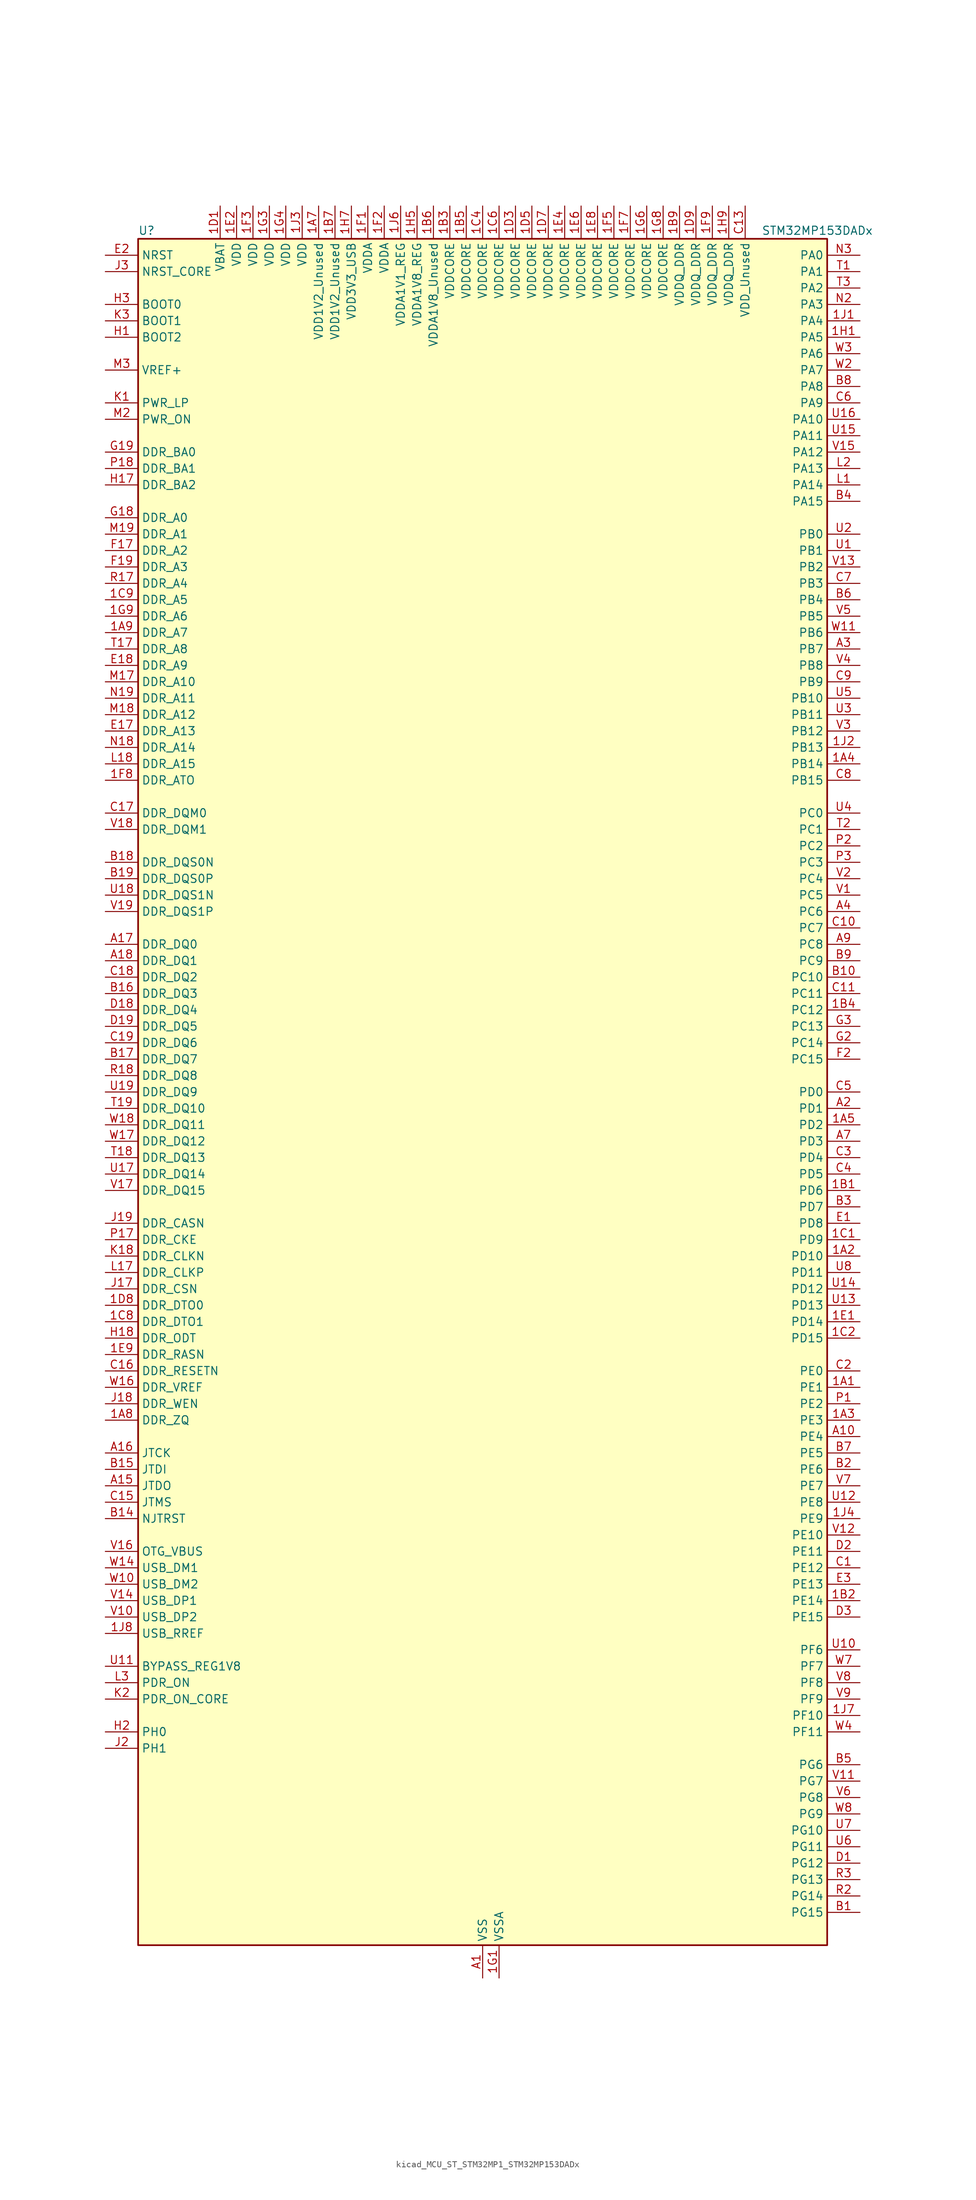
<source format=kicad_sym>
(kicad_symbol_lib
  (version 20220914)
  (generator kicad_symbol_editor)
  (symbol "kicad_MCU_ST_STM32MP1_STM32MP153DADx"
    (property "Reference" "U"
      (at -53.34 133.35 0)
      (effects (font (size 1.27 1.27)) (justify left)))
    (property "Value" "STM32MP153DADx"
      (at 43.18 133.35 0)
      (effects (font (size 1.27 1.27)) (justify left)))
    (property "ki_locked" ""
      (at 0 0 0)
      (effects (font (size 1.27 1.27))))
    (symbol "kicad_MCU_ST_STM32MP1_STM32MP153DADx_0_1"
      (rectangle (start -53.34 -132.08) (end 53.34 132.08) (stroke (width 0.254) (type default)) (fill (type background))))
    (symbol "kicad_MCU_ST_STM32MP1_STM32MP153DADx_1_1"
      (pin bidirectional line (at 58.42 -45.72 180) (length 5.08) (name "PE1" (effects (font (size 1.27 1.27)))) (number "1A1" (effects (font (size 1.27 1.27)))) (alternate "DCMI_D3" bidirectional line) (alternate "FMC_NBL1" bidirectional line) (alternate "I2S2_MCK" bidirectional line) (alternate "LPTIM1_IN2" bidirectional line) (alternate "SAI3_SD_B" bidirectional line) (alternate "UART8_TX" bidirectional line))
      (pin bidirectional line (at 58.42 -25.4 180) (length 5.08) (name "PD10" (effects (font (size 1.27 1.27)))) (number "1A2" (effects (font (size 1.27 1.27)))) (alternate "DFSDM1_CKOUT" bidirectional line) (alternate "FMC_D15" bidirectional line) (alternate "FMC_DA15" bidirectional line) (alternate "I2C5_SMBA" bidirectional line) (alternate "I2S3_SDI" bidirectional line) (alternate "LTDC_B3" bidirectional line) (alternate "RTC_REFIN" bidirectional line) (alternate "SAI3_FS_B" bidirectional line) (alternate "SPI3_MISO" bidirectional line) (alternate "TIM16_BKIN" bidirectional line) (alternate "USART3_CK" bidirectional line))
      (pin bidirectional line (at 58.42 -50.8 180) (length 5.08) (name "PE3" (effects (font (size 1.27 1.27)))) (number "1A3" (effects (font (size 1.27 1.27)))) (alternate "DEBUG_TRACED0" bidirectional line) (alternate "FMC_A19" bidirectional line) (alternate "SAI1_SD_B" bidirectional line) (alternate "SDMMC2_CK" bidirectional line) (alternate "TIM15_BKIN" bidirectional line))
      (pin bidirectional line (at 58.42 50.8 180) (length 5.08) (name "PB14" (effects (font (size 1.27 1.27)))) (number "1A4" (effects (font (size 1.27 1.27)))) (alternate "DFSDM1_DATIN2" bidirectional line) (alternate "I2S2_SDI" bidirectional line) (alternate "SDMMC2_D0" bidirectional line) (alternate "SPI2_MISO" bidirectional line) (alternate "TIM12_CH1" bidirectional line) (alternate "TIM1_CH2N" bidirectional line) (alternate "TIM8_CH2N" bidirectional line) (alternate "USART1_TX" bidirectional line) (alternate "USART3_DE" bidirectional line) (alternate "USART3_RTS" bidirectional line))
      (pin bidirectional line (at 58.42 -5.08 180) (length 5.08) (name "PD2" (effects (font (size 1.27 1.27)))) (number "1A5" (effects (font (size 1.27 1.27)))) (alternate "DCMI_D11" bidirectional line) (alternate "I2C5_SMBA" bidirectional line) (alternate "SDMMC1_CMD" bidirectional line) (alternate "TIM3_ETR" bidirectional line) (alternate "UART4_RX" bidirectional line) (alternate "UART5_RX" bidirectional line))
      (pin passive line (at 0 -137.16 90) (length 5.08) hide (name "VSS" (effects (font (size 1.27 1.27)))) (number "1A6" (effects (font (size 1.27 1.27)))))
      (pin power_in line (at -25.4 137.16 270) (length 5.08) (name "VDD1V2_Unused" (effects (font (size 1.27 1.27)))) (number "1A7" (effects (font (size 1.27 1.27)))))
      (pin bidirectional line (at -58.42 -50.8 0) (length 5.08) (name "DDR_ZQ" (effects (font (size 1.27 1.27)))) (number "1A8" (effects (font (size 1.27 1.27)))) (alternate "DDR_ZQ" bidirectional line))
      (pin bidirectional line (at -58.42 71.12 0) (length 5.08) (name "DDR_A7" (effects (font (size 1.27 1.27)))) (number "1A9" (effects (font (size 1.27 1.27)))) (alternate "DDR_A7" bidirectional line))
      (pin bidirectional line (at 58.42 -15.24 180) (length 5.08) (name "PD6" (effects (font (size 1.27 1.27)))) (number "1B1" (effects (font (size 1.27 1.27)))) (alternate "DCMI_D10" bidirectional line) (alternate "DFSDM1_CKIN4" bidirectional line) (alternate "DFSDM1_DATIN1" bidirectional line) (alternate "FMC_NWAIT" bidirectional line) (alternate "I2S3_SDO" bidirectional line) (alternate "LTDC_B2" bidirectional line) (alternate "SAI1_D1" bidirectional line) (alternate "SAI1_SD_A" bidirectional line) (alternate "SPI3_MOSI" bidirectional line) (alternate "TIM16_CH1N" bidirectional line) (alternate "USART2_RX" bidirectional line))
      (pin bidirectional line (at 58.42 -78.74 180) (length 5.08) (name "PE14" (effects (font (size 1.27 1.27)))) (number "1B2" (effects (font (size 1.27 1.27)))) (alternate "FMC_D11" bidirectional line) (alternate "FMC_DA11" bidirectional line) (alternate "LTDC_CLK" bidirectional line) (alternate "LTDC_G0" bidirectional line) (alternate "SAI2_MCLK_B" bidirectional line) (alternate "SDMMC1_D123DIR" bidirectional line) (alternate "SPI4_MOSI" bidirectional line) (alternate "TIM1_CH4" bidirectional line) (alternate "UART8_DE" bidirectional line) (alternate "UART8_RTS" bidirectional line))
      (pin power_in line (at -5.08 137.16 270) (length 5.08) (name "VDDCORE" (effects (font (size 1.27 1.27)))) (number "1B3" (effects (font (size 1.27 1.27)))))
      (pin bidirectional line (at 58.42 12.7 180) (length 5.08) (name "PC12" (effects (font (size 1.27 1.27)))) (number "1B4" (effects (font (size 1.27 1.27)))) (alternate "DCMI_D9" bidirectional line) (alternate "DEBUG_TRACECLK" bidirectional line) (alternate "I2S3_SDO" bidirectional line) (alternate "RCC_MCO_2" bidirectional line) (alternate "SAI4_D3" bidirectional line) (alternate "SAI4_SD_B" bidirectional line) (alternate "SDMMC1_CK" bidirectional line) (alternate "SPI3_MOSI" bidirectional line) (alternate "UART5_TX" bidirectional line) (alternate "USART3_CK" bidirectional line))
      (pin power_in line (at -2.54 137.16 270) (length 5.08) (name "VDDCORE" (effects (font (size 1.27 1.27)))) (number "1B5" (effects (font (size 1.27 1.27)))))
      (pin power_in line (at -7.62 137.16 270) (length 5.08) (name "VDDA1V8_Unused" (effects (font (size 1.27 1.27)))) (number "1B6" (effects (font (size 1.27 1.27)))))
      (pin power_in line (at -22.86 137.16 270) (length 5.08) (name "VDD1V2_Unused" (effects (font (size 1.27 1.27)))) (number "1B7" (effects (font (size 1.27 1.27)))))
      (pin passive line (at 0 -137.16 90) (length 5.08) hide (name "VSS" (effects (font (size 1.27 1.27)))) (number "1B8" (effects (font (size 1.27 1.27)))))
      (pin power_in line (at 30.48 137.16 270) (length 5.08) (name "VDDQ_DDR" (effects (font (size 1.27 1.27)))) (number "1B9" (effects (font (size 1.27 1.27)))))
      (pin bidirectional line (at 58.42 -22.86 180) (length 5.08) (name "PD9" (effects (font (size 1.27 1.27)))) (number "1C1" (effects (font (size 1.27 1.27)))) (alternate "DAC1_EXTI9" bidirectional line) (alternate "DCMI_HSYNC" bidirectional line) (alternate "DFSDM1_DATIN3" bidirectional line) (alternate "FMC_D14" bidirectional line) (alternate "FMC_DA14" bidirectional line) (alternate "LTDC_B0" bidirectional line) (alternate "SAI3_SD_B" bidirectional line) (alternate "USART3_RX" bidirectional line))
      (pin bidirectional line (at 58.42 -38.1 180) (length 5.08) (name "PD15" (effects (font (size 1.27 1.27)))) (number "1C2" (effects (font (size 1.27 1.27)))) (alternate "ADC1_EXTI15" bidirectional line) (alternate "ADC2_EXTI15" bidirectional line) (alternate "FMC_D1" bidirectional line) (alternate "FMC_DA1" bidirectional line) (alternate "LTDC_R1" bidirectional line) (alternate "SAI3_MCLK_A" bidirectional line) (alternate "TIM4_CH4" bidirectional line) (alternate "UART8_CTS" bidirectional line))
      (pin passive line (at 0 -137.16 90) (length 5.08) hide (name "VSS" (effects (font (size 1.27 1.27)))) (number "1C3" (effects (font (size 1.27 1.27)))))
      (pin power_in line (at 0 137.16 270) (length 5.08) (name "VDDCORE" (effects (font (size 1.27 1.27)))) (number "1C4" (effects (font (size 1.27 1.27)))))
      (pin passive line (at 0 -137.16 90) (length 5.08) hide (name "VSS" (effects (font (size 1.27 1.27)))) (number "1C5" (effects (font (size 1.27 1.27)))))
      (pin power_in line (at 2.54 137.16 270) (length 5.08) (name "VDDCORE" (effects (font (size 1.27 1.27)))) (number "1C6" (effects (font (size 1.27 1.27)))))
      (pin passive line (at 0 -137.16 90) (length 5.08) hide (name "VSS" (effects (font (size 1.27 1.27)))) (number "1C7" (effects (font (size 1.27 1.27)))))
      (pin bidirectional line (at -58.42 -35.56 0) (length 5.08) (name "DDR_DTO1" (effects (font (size 1.27 1.27)))) (number "1C8" (effects (font (size 1.27 1.27)))) (alternate "DDR_DTO1" bidirectional line))
      (pin bidirectional line (at -58.42 76.2 0) (length 5.08) (name "DDR_A5" (effects (font (size 1.27 1.27)))) (number "1C9" (effects (font (size 1.27 1.27)))) (alternate "DDR_A5" bidirectional line))
      (pin power_in line (at -40.64 137.16 270) (length 5.08) (name "VBAT" (effects (font (size 1.27 1.27)))) (number "1D1" (effects (font (size 1.27 1.27)))))
      (pin passive line (at 0 -137.16 90) (length 5.08) hide (name "VSS" (effects (font (size 1.27 1.27)))) (number "1D2" (effects (font (size 1.27 1.27)))))
      (pin power_in line (at 5.08 137.16 270) (length 5.08) (name "VDDCORE" (effects (font (size 1.27 1.27)))) (number "1D3" (effects (font (size 1.27 1.27)))))
      (pin passive line (at 0 -137.16 90) (length 5.08) hide (name "VSS" (effects (font (size 1.27 1.27)))) (number "1D4" (effects (font (size 1.27 1.27)))))
      (pin power_in line (at 7.62 137.16 270) (length 5.08) (name "VDDCORE" (effects (font (size 1.27 1.27)))) (number "1D5" (effects (font (size 1.27 1.27)))))
      (pin passive line (at 0 -137.16 90) (length 5.08) hide (name "VSS" (effects (font (size 1.27 1.27)))) (number "1D6" (effects (font (size 1.27 1.27)))))
      (pin power_in line (at 10.16 137.16 270) (length 5.08) (name "VDDCORE" (effects (font (size 1.27 1.27)))) (number "1D7" (effects (font (size 1.27 1.27)))))
      (pin bidirectional line (at -58.42 -33.02 0) (length 5.08) (name "DDR_DTO0" (effects (font (size 1.27 1.27)))) (number "1D8" (effects (font (size 1.27 1.27)))) (alternate "DDR_DTO0" bidirectional line))
      (pin power_in line (at 33.02 137.16 270) (length 5.08) (name "VDDQ_DDR" (effects (font (size 1.27 1.27)))) (number "1D9" (effects (font (size 1.27 1.27)))))
      (pin bidirectional line (at 58.42 -35.56 180) (length 5.08) (name "PD14" (effects (font (size 1.27 1.27)))) (number "1E1" (effects (font (size 1.27 1.27)))) (alternate "FMC_D0" bidirectional line) (alternate "FMC_DA0" bidirectional line) (alternate "SAI3_MCLK_B" bidirectional line) (alternate "TIM4_CH3" bidirectional line) (alternate "UART8_CTS" bidirectional line))
      (pin power_in line (at -38.1 137.16 270) (length 5.08) (name "VDD" (effects (font (size 1.27 1.27)))) (number "1E2" (effects (font (size 1.27 1.27)))))
      (pin passive line (at 0 -137.16 90) (length 5.08) hide (name "VSS" (effects (font (size 1.27 1.27)))) (number "1E3" (effects (font (size 1.27 1.27)))))
      (pin power_in line (at 12.7 137.16 270) (length 5.08) (name "VDDCORE" (effects (font (size 1.27 1.27)))) (number "1E4" (effects (font (size 1.27 1.27)))))
      (pin passive line (at 0 -137.16 90) (length 5.08) hide (name "VSS" (effects (font (size 1.27 1.27)))) (number "1E5" (effects (font (size 1.27 1.27)))))
      (pin power_in line (at 15.24 137.16 270) (length 5.08) (name "VDDCORE" (effects (font (size 1.27 1.27)))) (number "1E6" (effects (font (size 1.27 1.27)))))
      (pin passive line (at 0 -137.16 90) (length 5.08) hide (name "VSS" (effects (font (size 1.27 1.27)))) (number "1E7" (effects (font (size 1.27 1.27)))))
      (pin power_in line (at 17.78 137.16 270) (length 5.08) (name "VDDCORE" (effects (font (size 1.27 1.27)))) (number "1E8" (effects (font (size 1.27 1.27)))))
      (pin bidirectional line (at -58.42 -40.64 0) (length 5.08) (name "DDR_RASN" (effects (font (size 1.27 1.27)))) (number "1E9" (effects (font (size 1.27 1.27)))) (alternate "DDR_RASN" bidirectional line))
      (pin power_in line (at -17.78 137.16 270) (length 5.08) (name "VDDA" (effects (font (size 1.27 1.27)))) (number "1F1" (effects (font (size 1.27 1.27)))))
      (pin power_in line (at -15.24 137.16 270) (length 5.08) (name "VDDA" (effects (font (size 1.27 1.27)))) (number "1F2" (effects (font (size 1.27 1.27)))))
      (pin power_in line (at -35.56 137.16 270) (length 5.08) (name "VDD" (effects (font (size 1.27 1.27)))) (number "1F3" (effects (font (size 1.27 1.27)))))
      (pin passive line (at 0 -137.16 90) (length 5.08) hide (name "VSS" (effects (font (size 1.27 1.27)))) (number "1F4" (effects (font (size 1.27 1.27)))))
      (pin power_in line (at 20.32 137.16 270) (length 5.08) (name "VDDCORE" (effects (font (size 1.27 1.27)))) (number "1F5" (effects (font (size 1.27 1.27)))))
      (pin passive line (at 0 -137.16 90) (length 5.08) hide (name "VSS" (effects (font (size 1.27 1.27)))) (number "1F6" (effects (font (size 1.27 1.27)))))
      (pin power_in line (at 22.86 137.16 270) (length 5.08) (name "VDDCORE" (effects (font (size 1.27 1.27)))) (number "1F7" (effects (font (size 1.27 1.27)))))
      (pin bidirectional line (at -58.42 48.26 0) (length 5.08) (name "DDR_ATO" (effects (font (size 1.27 1.27)))) (number "1F8" (effects (font (size 1.27 1.27)))) (alternate "DDR_ATO" bidirectional line))
      (pin power_in line (at 35.56 137.16 270) (length 5.08) (name "VDDQ_DDR" (effects (font (size 1.27 1.27)))) (number "1F9" (effects (font (size 1.27 1.27)))))
      (pin power_in line (at 2.54 -137.16 90) (length 5.08) (name "VSSA" (effects (font (size 1.27 1.27)))) (number "1G1" (effects (font (size 1.27 1.27)))))
      (pin passive line (at 0 -137.16 90) (length 5.08) hide (name "VSS" (effects (font (size 1.27 1.27)))) (number "1G2" (effects (font (size 1.27 1.27)))))
      (pin power_in line (at -33.02 137.16 270) (length 5.08) (name "VDD" (effects (font (size 1.27 1.27)))) (number "1G3" (effects (font (size 1.27 1.27)))))
      (pin power_in line (at -30.48 137.16 270) (length 5.08) (name "VDD" (effects (font (size 1.27 1.27)))) (number "1G4" (effects (font (size 1.27 1.27)))))
      (pin passive line (at 0 -137.16 90) (length 5.08) hide (name "VSS" (effects (font (size 1.27 1.27)))) (number "1G5" (effects (font (size 1.27 1.27)))))
      (pin power_in line (at 25.4 137.16 270) (length 5.08) (name "VDDCORE" (effects (font (size 1.27 1.27)))) (number "1G6" (effects (font (size 1.27 1.27)))))
      (pin passive line (at 0 -137.16 90) (length 5.08) hide (name "VSS" (effects (font (size 1.27 1.27)))) (number "1G7" (effects (font (size 1.27 1.27)))))
      (pin power_in line (at 27.94 137.16 270) (length 5.08) (name "VDDCORE" (effects (font (size 1.27 1.27)))) (number "1G8" (effects (font (size 1.27 1.27)))))
      (pin bidirectional line (at -58.42 73.66 0) (length 5.08) (name "DDR_A6" (effects (font (size 1.27 1.27)))) (number "1G9" (effects (font (size 1.27 1.27)))) (alternate "DDR_A6" bidirectional line))
      (pin bidirectional line (at 58.42 116.84 180) (length 5.08) (name "PA5" (effects (font (size 1.27 1.27)))) (number "1H1" (effects (font (size 1.27 1.27)))) (alternate "ADC1_INN18" bidirectional line) (alternate "ADC1_INP19" bidirectional line) (alternate "ADC2_INN18" bidirectional line) (alternate "ADC2_INP19" bidirectional line) (alternate "DAC1_OUT2" bidirectional line) (alternate "I2S1_CK" bidirectional line) (alternate "LTDC_R4" bidirectional line) (alternate "SAI4_CK1" bidirectional line) (alternate "SAI4_MCLK_A" bidirectional line) (alternate "SPI1_SCK" bidirectional line) (alternate "SPI6_SCK" bidirectional line) (alternate "TIM2_CH1" bidirectional line) (alternate "TIM2_ETR" bidirectional line) (alternate "TIM8_CH1N" bidirectional line))
      (pin passive line (at 0 -137.16 90) (length 5.08) hide (name "VSS" (effects (font (size 1.27 1.27)))) (number "1H2" (effects (font (size 1.27 1.27)))))
      (pin passive line (at 0 -137.16 90) (length 5.08) hide (name "VSS" (effects (font (size 1.27 1.27)))) (number "1H3" (effects (font (size 1.27 1.27)))))
      (pin passive line (at 0 -137.16 90) (length 5.08) hide (name "VSS" (effects (font (size 1.27 1.27)))) (number "1H4" (effects (font (size 1.27 1.27)))))
      (pin power_in line (at -10.16 137.16 270) (length 5.08) (name "VDDA1V8_REG" (effects (font (size 1.27 1.27)))) (number "1H5" (effects (font (size 1.27 1.27)))))
      (pin passive line (at 0 -137.16 90) (length 5.08) hide (name "VSS" (effects (font (size 1.27 1.27)))) (number "1H6" (effects (font (size 1.27 1.27)))))
      (pin power_in line (at -20.32 137.16 270) (length 5.08) (name "VDD3V3_USB" (effects (font (size 1.27 1.27)))) (number "1H7" (effects (font (size 1.27 1.27)))))
      (pin passive line (at 0 -137.16 90) (length 5.08) hide (name "VSS" (effects (font (size 1.27 1.27)))) (number "1H8" (effects (font (size 1.27 1.27)))))
      (pin power_in line (at 38.1 137.16 270) (length 5.08) (name "VDDQ_DDR" (effects (font (size 1.27 1.27)))) (number "1H9" (effects (font (size 1.27 1.27)))))
      (pin bidirectional line (at 58.42 119.38 180) (length 5.08) (name "PA4" (effects (font (size 1.27 1.27)))) (number "1J1" (effects (font (size 1.27 1.27)))) (alternate "ADC1_INP18" bidirectional line) (alternate "ADC2_INP18" bidirectional line) (alternate "DAC1_OUT1" bidirectional line) (alternate "DCMI_HSYNC" bidirectional line) (alternate "HDP_HDP0" bidirectional line) (alternate "I2S1_WS" bidirectional line) (alternate "I2S3_WS" bidirectional line) (alternate "LTDC_VSYNC" bidirectional line) (alternate "SAI4_D2" bidirectional line) (alternate "SAI4_FS_A" bidirectional line) (alternate "SPI1_NSS" bidirectional line) (alternate "SPI3_NSS" bidirectional line) (alternate "SPI6_NSS" bidirectional line) (alternate "TIM5_ETR" bidirectional line) (alternate "USART2_CK" bidirectional line))
      (pin bidirectional line (at 58.42 53.34 180) (length 5.08) (name "PB13" (effects (font (size 1.27 1.27)))) (number "1J2" (effects (font (size 1.27 1.27)))) (alternate "DFSDM1_CKIN1" bidirectional line) (alternate "DFSDM1_CKOUT" bidirectional line) (alternate "ETH1_TXD1" bidirectional line) (alternate "FDCAN2_TX" bidirectional line) (alternate "I2S2_CK" bidirectional line) (alternate "LPTIM2_OUT" bidirectional line) (alternate "SPI2_SCK" bidirectional line) (alternate "TIM1_CH1N" bidirectional line) (alternate "UART5_TX" bidirectional line) (alternate "USART3_CTS" bidirectional line) (alternate "USART3_NSS" bidirectional line))
      (pin power_in line (at -27.94 137.16 270) (length 5.08) (name "VDD" (effects (font (size 1.27 1.27)))) (number "1J3" (effects (font (size 1.27 1.27)))))
      (pin bidirectional line (at 58.42 -66.04 180) (length 5.08) (name "PE9" (effects (font (size 1.27 1.27)))) (number "1J4" (effects (font (size 1.27 1.27)))) (alternate "DAC1_EXTI9" bidirectional line) (alternate "DFSDM1_CKOUT" bidirectional line) (alternate "FMC_D6" bidirectional line) (alternate "FMC_DA6" bidirectional line) (alternate "QUADSPI_BK2_IO2" bidirectional line) (alternate "TIM1_CH1" bidirectional line) (alternate "UART7_DE" bidirectional line) (alternate "UART7_RTS" bidirectional line))
      (pin passive line (at 0 -137.16 90) (length 5.08) hide (name "VSS" (effects (font (size 1.27 1.27)))) (number "1J5" (effects (font (size 1.27 1.27)))))
      (pin power_in line (at -12.7 137.16 270) (length 5.08) (name "VDDA1V1_REG" (effects (font (size 1.27 1.27)))) (number "1J6" (effects (font (size 1.27 1.27)))))
      (pin bidirectional line (at 58.42 -96.52 180) (length 5.08) (name "PF10" (effects (font (size 1.27 1.27)))) (number "1J7" (effects (font (size 1.27 1.27)))) (alternate "DCMI_D11" bidirectional line) (alternate "LTDC_DE" bidirectional line) (alternate "QUADSPI_CLK" bidirectional line) (alternate "SAI1_D3" bidirectional line) (alternate "SAI1_D4" bidirectional line) (alternate "SAI4_D3" bidirectional line) (alternate "SAI4_D4" bidirectional line) (alternate "TIM16_BKIN" bidirectional line))
      (pin bidirectional line (at -58.42 -83.82 0) (length 5.08) (name "USB_RREF" (effects (font (size 1.27 1.27)))) (number "1J8" (effects (font (size 1.27 1.27)))))
      (pin passive line (at 0 -137.16 90) (length 5.08) hide (name "VSS" (effects (font (size 1.27 1.27)))) (number "1J9" (effects (font (size 1.27 1.27)))))
      (pin power_in line (at 0 -137.16 90) (length 5.08) (name "VSS" (effects (font (size 1.27 1.27)))) (number "A1" (effects (font (size 1.27 1.27)))))
      (pin bidirectional line (at 58.42 -53.34 180) (length 5.08) (name "PE4" (effects (font (size 1.27 1.27)))) (number "A10" (effects (font (size 1.27 1.27)))) (alternate "DCMI_D4" bidirectional line) (alternate "DEBUG_TRACED1" bidirectional line) (alternate "DFSDM1_DATIN3" bidirectional line) (alternate "FMC_A20" bidirectional line) (alternate "LTDC_B0" bidirectional line) (alternate "SAI1_D2" bidirectional line) (alternate "SAI1_FS_A" bidirectional line) (alternate "SDMMC1_CKIN" bidirectional line) (alternate "SDMMC1_D4" bidirectional line) (alternate "SDMMC2_CKIN" bidirectional line) (alternate "SDMMC2_D4" bidirectional line) (alternate "SPI4_NSS" bidirectional line) (alternate "TIM15_CH1N" bidirectional line))
      (pin no_connect line (at -53.34 -132.08 0) (length 5.08) hide (name "DNU" (effects (font (size 1.27 1.27)))) (number "A12" (effects (font (size 1.27 1.27)))))
      (pin no_connect line (at -53.34 -129.54 0) (length 5.08) hide (name "DNU" (effects (font (size 1.27 1.27)))) (number "A13" (effects (font (size 1.27 1.27)))))
      (pin bidirectional line (at -58.42 -60.96 0) (length 5.08) (name "JTDO" (effects (font (size 1.27 1.27)))) (number "A15" (effects (font (size 1.27 1.27)))) (alternate "DEBUG_JTDO-SWO" bidirectional line))
      (pin bidirectional line (at -58.42 -55.88 0) (length 5.08) (name "JTCK" (effects (font (size 1.27 1.27)))) (number "A16" (effects (font (size 1.27 1.27)))) (alternate "DEBUG_JTCK-SWCLK" bidirectional line))
      (pin bidirectional line (at -58.42 22.86 0) (length 5.08) (name "DDR_DQ0" (effects (font (size 1.27 1.27)))) (number "A17" (effects (font (size 1.27 1.27)))) (alternate "DDR_DQ0" bidirectional line))
      (pin bidirectional line (at -58.42 20.32 0) (length 5.08) (name "DDR_DQ1" (effects (font (size 1.27 1.27)))) (number "A18" (effects (font (size 1.27 1.27)))) (alternate "DDR_DQ1" bidirectional line))
      (pin passive line (at 0 -137.16 90) (length 5.08) hide (name "VSS" (effects (font (size 1.27 1.27)))) (number "A19" (effects (font (size 1.27 1.27)))))
      (pin bidirectional line (at 58.42 -2.54 180) (length 5.08) (name "PD1" (effects (font (size 1.27 1.27)))) (number "A2" (effects (font (size 1.27 1.27)))) (alternate "DFSDM1_CKIN7" bidirectional line) (alternate "DFSDM1_DATIN6" bidirectional line) (alternate "FDCAN1_TX" bidirectional line) (alternate "FMC_D3" bidirectional line) (alternate "FMC_DA3" bidirectional line) (alternate "I2C5_SCL" bidirectional line) (alternate "I2C6_SCL" bidirectional line) (alternate "SAI3_SD_A" bidirectional line) (alternate "SDMMC3_D0" bidirectional line) (alternate "UART4_TX" bidirectional line))
      (pin bidirectional line (at 58.42 68.58 180) (length 5.08) (name "PB7" (effects (font (size 1.27 1.27)))) (number "A3" (effects (font (size 1.27 1.27)))) (alternate "DCMI_VSYNC" bidirectional line) (alternate "DFSDM1_CKIN5" bidirectional line) (alternate "FMC_NL" bidirectional line) (alternate "I2C1_SDA" bidirectional line) (alternate "I2C4_SDA" bidirectional line) (alternate "SDMMC2_D1" bidirectional line) (alternate "TIM17_CH1N" bidirectional line) (alternate "TIM4_CH2" bidirectional line) (alternate "USART1_RX" bidirectional line))
      (pin bidirectional line (at 58.42 27.94 180) (length 5.08) (name "PC6" (effects (font (size 1.27 1.27)))) (number "A4" (effects (font (size 1.27 1.27)))) (alternate "DCMI_D0" bidirectional line) (alternate "DFSDM1_CKIN3" bidirectional line) (alternate "HDP_HDP1" bidirectional line) (alternate "I2S2_MCK" bidirectional line) (alternate "LTDC_HSYNC" bidirectional line) (alternate "SDMMC1_D0DIR" bidirectional line) (alternate "SDMMC1_D6" bidirectional line) (alternate "SDMMC2_D0DIR" bidirectional line) (alternate "SDMMC2_D6" bidirectional line) (alternate "TIM3_CH1" bidirectional line) (alternate "TIM8_CH1" bidirectional line) (alternate "USART6_TX" bidirectional line))
      (pin passive line (at 0 -137.16 90) (length 5.08) hide (name "VSS" (effects (font (size 1.27 1.27)))) (number "A6" (effects (font (size 1.27 1.27)))))
      (pin bidirectional line (at 58.42 -7.62 180) (length 5.08) (name "PD3" (effects (font (size 1.27 1.27)))) (number "A7" (effects (font (size 1.27 1.27)))) (alternate "DCMI_D5" bidirectional line) (alternate "DFSDM1_CKOUT" bidirectional line) (alternate "DFSDM1_DATIN0" bidirectional line) (alternate "FMC_CLK" bidirectional line) (alternate "HDP_HDP5" bidirectional line) (alternate "I2S2_CK" bidirectional line) (alternate "LTDC_G7" bidirectional line) (alternate "SDMMC1_D123DIR" bidirectional line) (alternate "SDMMC1_D7" bidirectional line) (alternate "SDMMC2_D123DIR" bidirectional line) (alternate "SDMMC2_D7" bidirectional line) (alternate "SPI2_SCK" bidirectional line) (alternate "USART2_CTS" bidirectional line) (alternate "USART2_NSS" bidirectional line))
      (pin bidirectional line (at 58.42 22.86 180) (length 5.08) (name "PC8" (effects (font (size 1.27 1.27)))) (number "A9" (effects (font (size 1.27 1.27)))) (alternate "DCMI_D2" bidirectional line) (alternate "DEBUG_TRACED0" bidirectional line) (alternate "SDMMC1_D0" bidirectional line) (alternate "TIM3_CH3" bidirectional line) (alternate "TIM8_CH3" bidirectional line) (alternate "UART4_TX" bidirectional line) (alternate "UART5_DE" bidirectional line) (alternate "UART5_RTS" bidirectional line) (alternate "USART6_CK" bidirectional line))
      (pin bidirectional line (at 58.42 -127 180) (length 5.08) (name "PG15" (effects (font (size 1.27 1.27)))) (number "B1" (effects (font (size 1.27 1.27)))) (alternate "ADC1_EXTI15" bidirectional line) (alternate "ADC2_EXTI15" bidirectional line) (alternate "DCMI_D13" bidirectional line) (alternate "DEBUG_TRACED7" bidirectional line) (alternate "I2C2_SDA" bidirectional line) (alternate "SAI1_D2" bidirectional line) (alternate "SAI1_FS_A" bidirectional line) (alternate "SDMMC3_CK" bidirectional line) (alternate "USART6_CTS" bidirectional line) (alternate "USART6_NSS" bidirectional line))
      (pin bidirectional line (at 58.42 17.78 180) (length 5.08) (name "PC10" (effects (font (size 1.27 1.27)))) (number "B10" (effects (font (size 1.27 1.27)))) (alternate "DCMI_D8" bidirectional line) (alternate "DEBUG_TRACED2" bidirectional line) (alternate "DFSDM1_CKIN5" bidirectional line) (alternate "I2S3_CK" bidirectional line) (alternate "LTDC_R2" bidirectional line) (alternate "QUADSPI_BK1_IO1" bidirectional line) (alternate "SAI4_MCLK_B" bidirectional line) (alternate "SDMMC1_D2" bidirectional line) (alternate "SPI3_SCK" bidirectional line) (alternate "UART4_TX" bidirectional line) (alternate "USART3_TX" bidirectional line))
      (pin no_connect line (at -53.34 -127 0) (length 5.08) hide (name "DNU" (effects (font (size 1.27 1.27)))) (number "B11" (effects (font (size 1.27 1.27)))))
      (pin no_connect line (at -53.34 -124.46 0) (length 5.08) hide (name "DNU" (effects (font (size 1.27 1.27)))) (number "B12" (effects (font (size 1.27 1.27)))))
      (pin no_connect line (at -53.34 -121.92 0) (length 5.08) hide (name "DNU" (effects (font (size 1.27 1.27)))) (number "B13" (effects (font (size 1.27 1.27)))))
      (pin bidirectional line (at -58.42 -66.04 0) (length 5.08) (name "NJTRST" (effects (font (size 1.27 1.27)))) (number "B14" (effects (font (size 1.27 1.27)))) (alternate "DEBUG_JTRST" bidirectional line))
      (pin bidirectional line (at -58.42 -58.42 0) (length 5.08) (name "JTDI" (effects (font (size 1.27 1.27)))) (number "B15" (effects (font (size 1.27 1.27)))) (alternate "DEBUG_JTDI" bidirectional line))
      (pin bidirectional line (at -58.42 15.24 0) (length 5.08) (name "DDR_DQ3" (effects (font (size 1.27 1.27)))) (number "B16" (effects (font (size 1.27 1.27)))) (alternate "DDR_DQ3" bidirectional line))
      (pin bidirectional line (at -58.42 5.08 0) (length 5.08) (name "DDR_DQ7" (effects (font (size 1.27 1.27)))) (number "B17" (effects (font (size 1.27 1.27)))) (alternate "DDR_DQ7" bidirectional line))
      (pin bidirectional line (at -58.42 35.56 0) (length 5.08) (name "DDR_DQS0N" (effects (font (size 1.27 1.27)))) (number "B18" (effects (font (size 1.27 1.27)))) (alternate "DDR_DQS0N" bidirectional line))
      (pin bidirectional line (at -58.42 33.02 0) (length 5.08) (name "DDR_DQS0P" (effects (font (size 1.27 1.27)))) (number "B19" (effects (font (size 1.27 1.27)))) (alternate "DDR_DQS0P" bidirectional line))
      (pin bidirectional line (at 58.42 -58.42 180) (length 5.08) (name "PE6" (effects (font (size 1.27 1.27)))) (number "B2" (effects (font (size 1.27 1.27)))) (alternate "DCMI_D7" bidirectional line) (alternate "DEBUG_TRACED2" bidirectional line) (alternate "FMC_A22" bidirectional line) (alternate "LTDC_G1" bidirectional line) (alternate "SAI1_D1" bidirectional line) (alternate "SAI1_SD_A" bidirectional line) (alternate "SAI2_MCLK_B" bidirectional line) (alternate "SDMMC1_D2" bidirectional line) (alternate "SDMMC2_D0" bidirectional line) (alternate "SPI4_MOSI" bidirectional line) (alternate "TIM15_CH2" bidirectional line) (alternate "TIM1_BKIN2" bidirectional line))
      (pin bidirectional line (at 58.42 -17.78 180) (length 5.08) (name "PD7" (effects (font (size 1.27 1.27)))) (number "B3" (effects (font (size 1.27 1.27)))) (alternate "DEBUG_TRACED6" bidirectional line) (alternate "DFSDM1_CKIN1" bidirectional line) (alternate "DFSDM1_DATIN4" bidirectional line) (alternate "FMC_NE1" bidirectional line) (alternate "I2C2_SCL" bidirectional line) (alternate "SDMMC3_D3" bidirectional line) (alternate "SPDIFRX_IN0" bidirectional line) (alternate "USART2_CK" bidirectional line))
      (pin bidirectional line (at 58.42 91.44 180) (length 5.08) (name "PA15" (effects (font (size 1.27 1.27)))) (number "B4" (effects (font (size 1.27 1.27)))) (alternate "ADC1_EXTI15" bidirectional line) (alternate "ADC2_EXTI15" bidirectional line) (alternate "CEC" bidirectional line) (alternate "DEBUG_DBTRGI" bidirectional line) (alternate "I2S1_WS" bidirectional line) (alternate "I2S3_WS" bidirectional line) (alternate "LTDC_R1" bidirectional line) (alternate "SAI4_D2" bidirectional line) (alternate "SAI4_FS_A" bidirectional line) (alternate "SDMMC1_CDIR" bidirectional line) (alternate "SDMMC1_D5" bidirectional line) (alternate "SDMMC2_CDIR" bidirectional line) (alternate "SDMMC2_D5" bidirectional line) (alternate "SPI1_NSS" bidirectional line) (alternate "SPI3_NSS" bidirectional line) (alternate "SPI6_NSS" bidirectional line) (alternate "TIM2_CH1" bidirectional line) (alternate "TIM2_ETR" bidirectional line) (alternate "UART4_DE" bidirectional line) (alternate "UART4_RTS" bidirectional line) (alternate "UART7_TX" bidirectional line))
      (pin bidirectional line (at 58.42 -104.14 180) (length 5.08) (name "PG6" (effects (font (size 1.27 1.27)))) (number "B5" (effects (font (size 1.27 1.27)))) (alternate "DCMI_D12" bidirectional line) (alternate "DEBUG_TRACED14" bidirectional line) (alternate "LTDC_R7" bidirectional line) (alternate "SDMMC2_CMD" bidirectional line) (alternate "TIM17_BKIN" bidirectional line))
      (pin bidirectional line (at 58.42 76.2 180) (length 5.08) (name "PB4" (effects (font (size 1.27 1.27)))) (number "B6" (effects (font (size 1.27 1.27)))) (alternate "DEBUG_TRACED8" bidirectional line) (alternate "I2S1_SDI" bidirectional line) (alternate "I2S2_WS" bidirectional line) (alternate "I2S3_SDI" bidirectional line) (alternate "SAI4_CK2" bidirectional line) (alternate "SAI4_SCK_A" bidirectional line) (alternate "SDMMC2_D3" bidirectional line) (alternate "SPI1_MISO" bidirectional line) (alternate "SPI2_NSS" bidirectional line) (alternate "SPI3_MISO" bidirectional line) (alternate "SPI6_MISO" bidirectional line) (alternate "TIM16_BKIN" bidirectional line) (alternate "TIM3_CH1" bidirectional line) (alternate "UART7_TX" bidirectional line))
      (pin bidirectional line (at 58.42 -55.88 180) (length 5.08) (name "PE5" (effects (font (size 1.27 1.27)))) (number "B7" (effects (font (size 1.27 1.27)))) (alternate "DCMI_D6" bidirectional line) (alternate "DEBUG_TRACED3" bidirectional line) (alternate "DFSDM1_CKIN3" bidirectional line) (alternate "FMC_A21" bidirectional line) (alternate "LTDC_G0" bidirectional line) (alternate "SAI1_CK2" bidirectional line) (alternate "SAI1_SCK_A" bidirectional line) (alternate "SDMMC1_D0DIR" bidirectional line) (alternate "SDMMC1_D6" bidirectional line) (alternate "SDMMC2_D0DIR" bidirectional line) (alternate "SDMMC2_D6" bidirectional line) (alternate "SPI4_MISO" bidirectional line) (alternate "TIM15_CH1" bidirectional line))
      (pin bidirectional line (at 58.42 109.22 180) (length 5.08) (name "PA8" (effects (font (size 1.27 1.27)))) (number "B8" (effects (font (size 1.27 1.27)))) (alternate "I2C3_SCL" bidirectional line) (alternate "I2S3_SDO" bidirectional line) (alternate "LTDC_R6" bidirectional line) (alternate "RCC_MCO_1" bidirectional line) (alternate "SAI4_SD_B" bidirectional line) (alternate "SDMMC2_CKIN" bidirectional line) (alternate "SDMMC2_D4" bidirectional line) (alternate "SPI3_MOSI" bidirectional line) (alternate "TIM1_CH1" bidirectional line) (alternate "TIM8_BKIN2" bidirectional line) (alternate "UART7_RX" bidirectional line) (alternate "USART1_CK" bidirectional line) (alternate "USB_OTG_HS_SOF" bidirectional line))
      (pin bidirectional line (at 58.42 20.32 180) (length 5.08) (name "PC9" (effects (font (size 1.27 1.27)))) (number "B9" (effects (font (size 1.27 1.27)))) (alternate "DAC1_EXTI9" bidirectional line) (alternate "DCMI_D3" bidirectional line) (alternate "DEBUG_TRACED1" bidirectional line) (alternate "I2C3_SDA" bidirectional line) (alternate "I2S_CKIN" bidirectional line) (alternate "LTDC_B2" bidirectional line) (alternate "QUADSPI_BK1_IO0" bidirectional line) (alternate "SDMMC1_D1" bidirectional line) (alternate "TIM3_CH4" bidirectional line) (alternate "TIM8_CH4" bidirectional line) (alternate "UART5_CTS" bidirectional line))
      (pin bidirectional line (at 58.42 -73.66 180) (length 5.08) (name "PE12" (effects (font (size 1.27 1.27)))) (number "C1" (effects (font (size 1.27 1.27)))) (alternate "DFSDM1_DATIN5" bidirectional line) (alternate "FMC_D9" bidirectional line) (alternate "FMC_DA9" bidirectional line) (alternate "LTDC_B4" bidirectional line) (alternate "SAI2_SCK_B" bidirectional line) (alternate "SDMMC1_D0DIR" bidirectional line) (alternate "SPI4_SCK" bidirectional line) (alternate "TIM1_CH3N" bidirectional line))
      (pin bidirectional line (at 58.42 25.4 180) (length 5.08) (name "PC7" (effects (font (size 1.27 1.27)))) (number "C10" (effects (font (size 1.27 1.27)))) (alternate "DCMI_D1" bidirectional line) (alternate "DFSDM1_DATIN3" bidirectional line) (alternate "HDP_HDP4" bidirectional line) (alternate "I2S3_MCK" bidirectional line) (alternate "LTDC_G6" bidirectional line) (alternate "SDMMC1_D123DIR" bidirectional line) (alternate "SDMMC1_D7" bidirectional line) (alternate "SDMMC2_D123DIR" bidirectional line) (alternate "SDMMC2_D7" bidirectional line) (alternate "TIM3_CH2" bidirectional line) (alternate "TIM8_CH2" bidirectional line) (alternate "USART6_RX" bidirectional line))
      (pin bidirectional line (at 58.42 15.24 180) (length 5.08) (name "PC11" (effects (font (size 1.27 1.27)))) (number "C11" (effects (font (size 1.27 1.27)))) (alternate "ADC1_EXTI11" bidirectional line) (alternate "ADC2_EXTI11" bidirectional line) (alternate "DCMI_D4" bidirectional line) (alternate "DEBUG_TRACED3" bidirectional line) (alternate "DFSDM1_DATIN5" bidirectional line) (alternate "I2S3_SDI" bidirectional line) (alternate "QUADSPI_BK2_NCS" bidirectional line) (alternate "SAI4_SCK_B" bidirectional line) (alternate "SDMMC1_D3" bidirectional line) (alternate "SPI3_MISO" bidirectional line) (alternate "UART4_RX" bidirectional line) (alternate "USART3_RX" bidirectional line))
      (pin no_connect line (at -53.34 -119.38 0) (length 5.08) hide (name "DNU" (effects (font (size 1.27 1.27)))) (number "C12" (effects (font (size 1.27 1.27)))))
      (pin power_in line (at 40.64 137.16 270) (length 5.08) (name "VDD_Unused" (effects (font (size 1.27 1.27)))) (number "C13" (effects (font (size 1.27 1.27)))))
      (pin passive line (at 0 -137.16 90) (length 5.08) hide (name "VSS" (effects (font (size 1.27 1.27)))) (number "C14" (effects (font (size 1.27 1.27)))))
      (pin bidirectional line (at -58.42 -63.5 0) (length 5.08) (name "JTMS" (effects (font (size 1.27 1.27)))) (number "C15" (effects (font (size 1.27 1.27)))) (alternate "DEBUG_JTMS-SWDIO" bidirectional line))
      (pin bidirectional line (at -58.42 -43.18 0) (length 5.08) (name "DDR_RESETN" (effects (font (size 1.27 1.27)))) (number "C16" (effects (font (size 1.27 1.27)))) (alternate "DDR_RESETN" bidirectional line))
      (pin bidirectional line (at -58.42 43.18 0) (length 5.08) (name "DDR_DQM0" (effects (font (size 1.27 1.27)))) (number "C17" (effects (font (size 1.27 1.27)))) (alternate "DDR_DQM0" bidirectional line))
      (pin bidirectional line (at -58.42 17.78 0) (length 5.08) (name "DDR_DQ2" (effects (font (size 1.27 1.27)))) (number "C18" (effects (font (size 1.27 1.27)))) (alternate "DDR_DQ2" bidirectional line))
      (pin bidirectional line (at -58.42 7.62 0) (length 5.08) (name "DDR_DQ6" (effects (font (size 1.27 1.27)))) (number "C19" (effects (font (size 1.27 1.27)))) (alternate "DDR_DQ6" bidirectional line))
      (pin bidirectional line (at 58.42 -43.18 180) (length 5.08) (name "PE0" (effects (font (size 1.27 1.27)))) (number "C2" (effects (font (size 1.27 1.27)))) (alternate "DCMI_D2" bidirectional line) (alternate "FMC_NBL0" bidirectional line) (alternate "I2S3_CK" bidirectional line) (alternate "LPTIM1_ETR" bidirectional line) (alternate "LPTIM2_ETR" bidirectional line) (alternate "SAI2_MCLK_A" bidirectional line) (alternate "SAI4_MCLK_B" bidirectional line) (alternate "SPI3_SCK" bidirectional line) (alternate "TIM4_ETR" bidirectional line) (alternate "UART8_RX" bidirectional line))
      (pin bidirectional line (at 58.42 -10.16 180) (length 5.08) (name "PD4" (effects (font (size 1.27 1.27)))) (number "C3" (effects (font (size 1.27 1.27)))) (alternate "DFSDM1_CKIN0" bidirectional line) (alternate "FMC_NOE" bidirectional line) (alternate "SAI3_FS_A" bidirectional line) (alternate "SDMMC3_D1" bidirectional line) (alternate "USART2_DE" bidirectional line) (alternate "USART2_RTS" bidirectional line))
      (pin bidirectional line (at 58.42 -12.7 180) (length 5.08) (name "PD5" (effects (font (size 1.27 1.27)))) (number "C4" (effects (font (size 1.27 1.27)))) (alternate "FMC_NWE" bidirectional line) (alternate "SDMMC3_D2" bidirectional line) (alternate "USART2_TX" bidirectional line))
      (pin bidirectional line (at 58.42 0 180) (length 5.08) (name "PD0" (effects (font (size 1.27 1.27)))) (number "C5" (effects (font (size 1.27 1.27)))) (alternate "DFSDM1_CKIN6" bidirectional line) (alternate "DFSDM1_DATIN7" bidirectional line) (alternate "FDCAN1_RX" bidirectional line) (alternate "FMC_D2" bidirectional line) (alternate "FMC_DA2" bidirectional line) (alternate "I2C5_SDA" bidirectional line) (alternate "I2C6_SDA" bidirectional line) (alternate "SAI3_SCK_A" bidirectional line) (alternate "SDMMC3_CMD" bidirectional line) (alternate "UART4_RX" bidirectional line))
      (pin bidirectional line (at 58.42 106.68 180) (length 5.08) (name "PA9" (effects (font (size 1.27 1.27)))) (number "C6" (effects (font (size 1.27 1.27)))) (alternate "DAC1_EXTI9" bidirectional line) (alternate "DCMI_D0" bidirectional line) (alternate "I2C3_SMBA" bidirectional line) (alternate "I2S2_CK" bidirectional line) (alternate "LTDC_R5" bidirectional line) (alternate "SDMMC2_CDIR" bidirectional line) (alternate "SDMMC2_D5" bidirectional line) (alternate "SPI2_SCK" bidirectional line) (alternate "TIM1_CH2" bidirectional line) (alternate "USART1_TX" bidirectional line))
      (pin bidirectional line (at 58.42 78.74 180) (length 5.08) (name "PB3" (effects (font (size 1.27 1.27)))) (number "C7" (effects (font (size 1.27 1.27)))) (alternate "DEBUG_TRACED9" bidirectional line) (alternate "I2S1_CK" bidirectional line) (alternate "I2S3_CK" bidirectional line) (alternate "SAI4_CK1" bidirectional line) (alternate "SAI4_MCLK_A" bidirectional line) (alternate "SDMMC2_D2" bidirectional line) (alternate "SPI1_SCK" bidirectional line) (alternate "SPI3_SCK" bidirectional line) (alternate "SPI6_SCK" bidirectional line) (alternate "TIM2_CH2" bidirectional line) (alternate "UART7_RX" bidirectional line))
      (pin bidirectional line (at 58.42 48.26 180) (length 5.08) (name "PB15" (effects (font (size 1.27 1.27)))) (number "C8" (effects (font (size 1.27 1.27)))) (alternate "ADC1_EXTI15" bidirectional line) (alternate "ADC2_EXTI15" bidirectional line) (alternate "DFSDM1_CKIN2" bidirectional line) (alternate "I2S2_SDO" bidirectional line) (alternate "RTC_REFIN" bidirectional line) (alternate "SDMMC2_D1" bidirectional line) (alternate "SPI2_MOSI" bidirectional line) (alternate "TIM12_CH2" bidirectional line) (alternate "TIM1_CH3N" bidirectional line) (alternate "TIM8_CH3N" bidirectional line) (alternate "USART1_RX" bidirectional line))
      (pin bidirectional line (at 58.42 63.5 180) (length 5.08) (name "PB9" (effects (font (size 1.27 1.27)))) (number "C9" (effects (font (size 1.27 1.27)))) (alternate "DAC1_EXTI9" bidirectional line) (alternate "DCMI_D7" bidirectional line) (alternate "DFSDM1_DATIN7" bidirectional line) (alternate "FDCAN1_TX" bidirectional line) (alternate "HDP_HDP7" bidirectional line) (alternate "I2C1_SDA" bidirectional line) (alternate "I2C4_SDA" bidirectional line) (alternate "I2S2_WS" bidirectional line) (alternate "LTDC_B7" bidirectional line) (alternate "SDMMC1_CDIR" bidirectional line) (alternate "SDMMC1_D5" bidirectional line) (alternate "SDMMC2_CDIR" bidirectional line) (alternate "SDMMC2_D5" bidirectional line) (alternate "SPI2_NSS" bidirectional line) (alternate "TIM17_CH1" bidirectional line) (alternate "TIM4_CH4" bidirectional line) (alternate "UART4_TX" bidirectional line))
      (pin bidirectional line (at 58.42 -119.38 180) (length 5.08) (name "PG12" (effects (font (size 1.27 1.27)))) (number "D1" (effects (font (size 1.27 1.27)))) (alternate "ETH1_PHY_INTN" bidirectional line) (alternate "FMC_NE4" bidirectional line) (alternate "LPTIM1_IN1" bidirectional line) (alternate "LTDC_B1" bidirectional line) (alternate "LTDC_B4" bidirectional line) (alternate "SAI4_CK2" bidirectional line) (alternate "SAI4_SCK_A" bidirectional line) (alternate "SPDIFRX_IN1" bidirectional line) (alternate "SPI6_MISO" bidirectional line) (alternate "USART6_DE" bidirectional line) (alternate "USART6_RTS" bidirectional line))
      (pin passive line (at 0 -137.16 90) (length 5.08) hide (name "VSS" (effects (font (size 1.27 1.27)))) (number "D17" (effects (font (size 1.27 1.27)))))
      (pin bidirectional line (at -58.42 12.7 0) (length 5.08) (name "DDR_DQ4" (effects (font (size 1.27 1.27)))) (number "D18" (effects (font (size 1.27 1.27)))) (alternate "DDR_DQ4" bidirectional line))
      (pin bidirectional line (at -58.42 10.16 0) (length 5.08) (name "DDR_DQ5" (effects (font (size 1.27 1.27)))) (number "D19" (effects (font (size 1.27 1.27)))) (alternate "DDR_DQ5" bidirectional line))
      (pin bidirectional line (at 58.42 -71.12 180) (length 5.08) (name "PE11" (effects (font (size 1.27 1.27)))) (number "D2" (effects (font (size 1.27 1.27)))) (alternate "ADC1_EXTI11" bidirectional line) (alternate "ADC2_EXTI11" bidirectional line) (alternate "DCMI_D4" bidirectional line) (alternate "DFSDM1_CKIN4" bidirectional line) (alternate "FMC_D8" bidirectional line) (alternate "FMC_DA8" bidirectional line) (alternate "LTDC_G3" bidirectional line) (alternate "SAI2_SD_B" bidirectional line) (alternate "SPI4_NSS" bidirectional line) (alternate "TIM1_CH2" bidirectional line) (alternate "USART6_CK" bidirectional line))
      (pin bidirectional line (at 58.42 -81.28 180) (length 5.08) (name "PE15" (effects (font (size 1.27 1.27)))) (number "D3" (effects (font (size 1.27 1.27)))) (alternate "ADC1_EXTI15" bidirectional line) (alternate "ADC2_EXTI15" bidirectional line) (alternate "FMC_D12" bidirectional line) (alternate "FMC_DA12" bidirectional line) (alternate "FMC_NCE2" bidirectional line) (alternate "HDP_HDP3" bidirectional line) (alternate "LTDC_R7" bidirectional line) (alternate "TIM15_BKIN" bidirectional line) (alternate "TIM1_BKIN" bidirectional line) (alternate "UART8_CTS" bidirectional line) (alternate "USART2_CTS" bidirectional line) (alternate "USART2_NSS" bidirectional line))
      (pin bidirectional line (at 58.42 -20.32 180) (length 5.08) (name "PD8" (effects (font (size 1.27 1.27)))) (number "E1" (effects (font (size 1.27 1.27)))) (alternate "DFSDM1_CKIN3" bidirectional line) (alternate "FMC_D13" bidirectional line) (alternate "FMC_DA13" bidirectional line) (alternate "LTDC_B7" bidirectional line) (alternate "SAI3_SCK_B" bidirectional line) (alternate "SPDIFRX_IN1" bidirectional line) (alternate "USART3_TX" bidirectional line))
      (pin bidirectional line (at -58.42 55.88 0) (length 5.08) (name "DDR_A13" (effects (font (size 1.27 1.27)))) (number "E17" (effects (font (size 1.27 1.27)))) (alternate "DDR_A13" bidirectional line))
      (pin bidirectional line (at -58.42 66.04 0) (length 5.08) (name "DDR_A9" (effects (font (size 1.27 1.27)))) (number "E18" (effects (font (size 1.27 1.27)))) (alternate "DDR_A9" bidirectional line))
      (pin input line (at -58.42 129.54 0) (length 5.08) (name "NRST" (effects (font (size 1.27 1.27)))) (number "E2" (effects (font (size 1.27 1.27)))))
      (pin bidirectional line (at 58.42 -76.2 180) (length 5.08) (name "PE13" (effects (font (size 1.27 1.27)))) (number "E3" (effects (font (size 1.27 1.27)))) (alternate "DCMI_D6" bidirectional line) (alternate "DFSDM1_CKIN5" bidirectional line) (alternate "FMC_D10" bidirectional line) (alternate "FMC_DA10" bidirectional line) (alternate "HDP_HDP2" bidirectional line) (alternate "LTDC_DE" bidirectional line) (alternate "SAI2_FS_B" bidirectional line) (alternate "SPI4_MISO" bidirectional line) (alternate "TIM1_CH3" bidirectional line))
      (pin bidirectional line (at -58.42 83.82 0) (length 5.08) (name "DDR_A2" (effects (font (size 1.27 1.27)))) (number "F17" (effects (font (size 1.27 1.27)))) (alternate "DDR_A2" bidirectional line))
      (pin passive line (at 0 -137.16 90) (length 5.08) hide (name "VSS" (effects (font (size 1.27 1.27)))) (number "F18" (effects (font (size 1.27 1.27)))))
      (pin bidirectional line (at -58.42 81.28 0) (length 5.08) (name "DDR_A3" (effects (font (size 1.27 1.27)))) (number "F19" (effects (font (size 1.27 1.27)))) (alternate "DDR_A3" bidirectional line))
      (pin bidirectional line (at 58.42 5.08 180) (length 5.08) (name "PC15" (effects (font (size 1.27 1.27)))) (number "F2" (effects (font (size 1.27 1.27)))) (alternate "ADC1_EXTI15" bidirectional line) (alternate "ADC2_EXTI15" bidirectional line) (alternate "RCC_OSC32_OUT" bidirectional line))
      (pin passive line (at 0 -137.16 90) (length 5.08) hide (name "VSS" (effects (font (size 1.27 1.27)))) (number "F3" (effects (font (size 1.27 1.27)))))
      (pin passive line (at 0 -137.16 90) (length 5.08) hide (name "VSS" (effects (font (size 1.27 1.27)))) (number "G1" (effects (font (size 1.27 1.27)))))
      (pin passive line (at 0 -137.16 90) (length 5.08) hide (name "VSS" (effects (font (size 1.27 1.27)))) (number "G17" (effects (font (size 1.27 1.27)))))
      (pin bidirectional line (at -58.42 88.9 0) (length 5.08) (name "DDR_A0" (effects (font (size 1.27 1.27)))) (number "G18" (effects (font (size 1.27 1.27)))) (alternate "DDR_A0" bidirectional line))
      (pin bidirectional line (at -58.42 99.06 0) (length 5.08) (name "DDR_BA0" (effects (font (size 1.27 1.27)))) (number "G19" (effects (font (size 1.27 1.27)))) (alternate "DDR_BA0" bidirectional line))
      (pin bidirectional line (at 58.42 7.62 180) (length 5.08) (name "PC14" (effects (font (size 1.27 1.27)))) (number "G2" (effects (font (size 1.27 1.27)))) (alternate "RCC_OSC32_IN" bidirectional line))
      (pin bidirectional line (at 58.42 10.16 180) (length 5.08) (name "PC13" (effects (font (size 1.27 1.27)))) (number "G3" (effects (font (size 1.27 1.27)))) (alternate "PWR_WKUP3" bidirectional line) (alternate "RTC_LSCO" bidirectional line) (alternate "RTC_TS" bidirectional line) (alternate "TAMP_IN1" bidirectional line) (alternate "TAMP_OUT2" bidirectional line) (alternate "TAMP_OUT3" bidirectional line))
      (pin input line (at -58.42 116.84 0) (length 5.08) (name "BOOT2" (effects (font (size 1.27 1.27)))) (number "H1" (effects (font (size 1.27 1.27)))))
      (pin bidirectional line (at -58.42 93.98 0) (length 5.08) (name "DDR_BA2" (effects (font (size 1.27 1.27)))) (number "H17" (effects (font (size 1.27 1.27)))) (alternate "DDR_BA2" bidirectional line))
      (pin bidirectional line (at -58.42 -38.1 0) (length 5.08) (name "DDR_ODT" (effects (font (size 1.27 1.27)))) (number "H18" (effects (font (size 1.27 1.27)))) (alternate "DDR_ODT" bidirectional line))
      (pin bidirectional line (at -58.42 -99.06 0) (length 5.08) (name "PH0" (effects (font (size 1.27 1.27)))) (number "H2" (effects (font (size 1.27 1.27)))) (alternate "RCC_OSC_IN" bidirectional line))
      (pin input line (at -58.42 121.92 0) (length 5.08) (name "BOOT0" (effects (font (size 1.27 1.27)))) (number "H3" (effects (font (size 1.27 1.27)))))
      (pin bidirectional line (at -58.42 -30.48 0) (length 5.08) (name "DDR_CSN" (effects (font (size 1.27 1.27)))) (number "J17" (effects (font (size 1.27 1.27)))) (alternate "DDR_CSN" bidirectional line))
      (pin bidirectional line (at -58.42 -48.26 0) (length 5.08) (name "DDR_WEN" (effects (font (size 1.27 1.27)))) (number "J18" (effects (font (size 1.27 1.27)))) (alternate "DDR_WEN" bidirectional line))
      (pin bidirectional line (at -58.42 -20.32 0) (length 5.08) (name "DDR_CASN" (effects (font (size 1.27 1.27)))) (number "J19" (effects (font (size 1.27 1.27)))) (alternate "DDR_CASN" bidirectional line))
      (pin bidirectional line (at -58.42 -101.6 0) (length 5.08) (name "PH1" (effects (font (size 1.27 1.27)))) (number "J2" (effects (font (size 1.27 1.27)))) (alternate "RCC_OSC_OUT" bidirectional line))
      (pin input line (at -58.42 127 0) (length 5.08) (name "NRST_CORE" (effects (font (size 1.27 1.27)))) (number "J3" (effects (font (size 1.27 1.27)))))
      (pin output line (at -58.42 106.68 0) (length 5.08) (name "PWR_LP" (effects (font (size 1.27 1.27)))) (number "K1" (effects (font (size 1.27 1.27)))))
      (pin passive line (at 0 -137.16 90) (length 5.08) hide (name "VSS" (effects (font (size 1.27 1.27)))) (number "K17" (effects (font (size 1.27 1.27)))))
      (pin bidirectional line (at -58.42 -25.4 0) (length 5.08) (name "DDR_CLKN" (effects (font (size 1.27 1.27)))) (number "K18" (effects (font (size 1.27 1.27)))) (alternate "DDR_CLKN" bidirectional line))
      (pin passive line (at 0 -137.16 90) (length 5.08) hide (name "VSS" (effects (font (size 1.27 1.27)))) (number "K19" (effects (font (size 1.27 1.27)))))
      (pin bidirectional line (at -58.42 -93.98 0) (length 5.08) (name "PDR_ON_CORE" (effects (font (size 1.27 1.27)))) (number "K2" (effects (font (size 1.27 1.27)))))
      (pin input line (at -58.42 119.38 0) (length 5.08) (name "BOOT1" (effects (font (size 1.27 1.27)))) (number "K3" (effects (font (size 1.27 1.27)))))
      (pin bidirectional line (at 58.42 93.98 180) (length 5.08) (name "PA14" (effects (font (size 1.27 1.27)))) (number "L1" (effects (font (size 1.27 1.27)))) (alternate "DEBUG_DBTRGI" bidirectional line) (alternate "DEBUG_DBTRGO" bidirectional line) (alternate "RCC_MCO_2" bidirectional line))
      (pin bidirectional line (at -58.42 -27.94 0) (length 5.08) (name "DDR_CLKP" (effects (font (size 1.27 1.27)))) (number "L17" (effects (font (size 1.27 1.27)))) (alternate "DDR_CLKP" bidirectional line))
      (pin bidirectional line (at -58.42 50.8 0) (length 5.08) (name "DDR_A15" (effects (font (size 1.27 1.27)))) (number "L18" (effects (font (size 1.27 1.27)))) (alternate "DDR_A15" bidirectional line))
      (pin bidirectional line (at 58.42 96.52 180) (length 5.08) (name "PA13" (effects (font (size 1.27 1.27)))) (number "L2" (effects (font (size 1.27 1.27)))) (alternate "DEBUG_DBTRGI" bidirectional line) (alternate "DEBUG_DBTRGO" bidirectional line) (alternate "RCC_MCO_1" bidirectional line) (alternate "UART4_TX" bidirectional line))
      (pin bidirectional line (at -58.42 -91.44 0) (length 5.08) (name "PDR_ON" (effects (font (size 1.27 1.27)))) (number "L3" (effects (font (size 1.27 1.27)))))
      (pin bidirectional line (at -58.42 63.5 0) (length 5.08) (name "DDR_A10" (effects (font (size 1.27 1.27)))) (number "M17" (effects (font (size 1.27 1.27)))) (alternate "DDR_A10" bidirectional line))
      (pin bidirectional line (at -58.42 58.42 0) (length 5.08) (name "DDR_A12" (effects (font (size 1.27 1.27)))) (number "M18" (effects (font (size 1.27 1.27)))) (alternate "DDR_A12" bidirectional line))
      (pin bidirectional line (at -58.42 86.36 0) (length 5.08) (name "DDR_A1" (effects (font (size 1.27 1.27)))) (number "M19" (effects (font (size 1.27 1.27)))) (alternate "DDR_A1" bidirectional line))
      (pin output line (at -58.42 104.14 0) (length 5.08) (name "PWR_ON" (effects (font (size 1.27 1.27)))) (number "M2" (effects (font (size 1.27 1.27)))))
      (pin input line (at -58.42 111.76 0) (length 5.08) (name "VREF+" (effects (font (size 1.27 1.27)))) (number "M3" (effects (font (size 1.27 1.27)))))
      (pin passive line (at 0 -137.16 90) (length 5.08) hide (name "VSS" (effects (font (size 1.27 1.27)))) (number "N1" (effects (font (size 1.27 1.27)))))
      (pin passive line (at 0 -137.16 90) (length 5.08) hide (name "VSS" (effects (font (size 1.27 1.27)))) (number "N17" (effects (font (size 1.27 1.27)))))
      (pin bidirectional line (at -58.42 53.34 0) (length 5.08) (name "DDR_A14" (effects (font (size 1.27 1.27)))) (number "N18" (effects (font (size 1.27 1.27)))) (alternate "DDR_A14" bidirectional line))
      (pin bidirectional line (at -58.42 60.96 0) (length 5.08) (name "DDR_A11" (effects (font (size 1.27 1.27)))) (number "N19" (effects (font (size 1.27 1.27)))) (alternate "DDR_A11" bidirectional line))
      (pin bidirectional line (at 58.42 121.92 180) (length 5.08) (name "PA3" (effects (font (size 1.27 1.27)))) (number "N2" (effects (font (size 1.27 1.27)))) (alternate "ADC1_INP15" bidirectional line) (alternate "ETH1_COL" bidirectional line) (alternate "LPTIM5_OUT" bidirectional line) (alternate "LTDC_B2" bidirectional line) (alternate "LTDC_B5" bidirectional line) (alternate "PWR_PVD_IN" bidirectional line) (alternate "TIM15_CH2" bidirectional line) (alternate "TIM2_CH4" bidirectional line) (alternate "TIM5_CH4" bidirectional line) (alternate "USART2_RX" bidirectional line))
      (pin bidirectional line (at 58.42 129.54 180) (length 5.08) (name "PA0" (effects (font (size 1.27 1.27)))) (number "N3" (effects (font (size 1.27 1.27)))) (alternate "ADC1_INP16" bidirectional line) (alternate "ETH1_CRS" bidirectional line) (alternate "PWR_WKUP1" bidirectional line) (alternate "SAI2_SD_B" bidirectional line) (alternate "SDMMC2_CMD" bidirectional line) (alternate "TIM15_BKIN" bidirectional line) (alternate "TIM2_CH1" bidirectional line) (alternate "TIM2_ETR" bidirectional line) (alternate "TIM5_CH1" bidirectional line) (alternate "TIM8_ETR" bidirectional line) (alternate "UART4_TX" bidirectional line) (alternate "USART2_CTS" bidirectional line) (alternate "USART2_NSS" bidirectional line))
      (pin bidirectional line (at 58.42 -48.26 180) (length 5.08) (name "PE2" (effects (font (size 1.27 1.27)))) (number "P1" (effects (font (size 1.27 1.27)))) (alternate "DEBUG_TRACECLK" bidirectional line) (alternate "ETH1_TXD3" bidirectional line) (alternate "FMC_A23" bidirectional line) (alternate "I2C4_SCL" bidirectional line) (alternate "QUADSPI_BK1_IO2" bidirectional line) (alternate "SAI1_CK1" bidirectional line) (alternate "SAI1_MCLK_A" bidirectional line) (alternate "SPI4_SCK" bidirectional line))
      (pin bidirectional line (at -58.42 -22.86 0) (length 5.08) (name "DDR_CKE" (effects (font (size 1.27 1.27)))) (number "P17" (effects (font (size 1.27 1.27)))) (alternate "DDR_CKE" bidirectional line))
      (pin bidirectional line (at -58.42 96.52 0) (length 5.08) (name "DDR_BA1" (effects (font (size 1.27 1.27)))) (number "P18" (effects (font (size 1.27 1.27)))) (alternate "DDR_BA1" bidirectional line))
      (pin bidirectional line (at 58.42 38.1 180) (length 5.08) (name "PC2" (effects (font (size 1.27 1.27)))) (number "P2" (effects (font (size 1.27 1.27)))) (alternate "ADC1_INN11" bidirectional line) (alternate "ADC1_INP12" bidirectional line) (alternate "DCMI_PIXCLK" bidirectional line) (alternate "DFSDM1_CKIN1" bidirectional line) (alternate "DFSDM1_CKOUT" bidirectional line) (alternate "ETH1_TXD2" bidirectional line) (alternate "I2S2_SDI" bidirectional line) (alternate "SPI2_MISO" bidirectional line))
      (pin bidirectional line (at 58.42 35.56 180) (length 5.08) (name "PC3" (effects (font (size 1.27 1.27)))) (number "P3" (effects (font (size 1.27 1.27)))) (alternate "ADC1_INN12" bidirectional line) (alternate "ADC1_INP13" bidirectional line) (alternate "DEBUG_TRACECLK" bidirectional line) (alternate "DFSDM1_DATIN1" bidirectional line) (alternate "ETH1_TX_CLK" bidirectional line) (alternate "I2S2_SDO" bidirectional line) (alternate "SPI2_MOSI" bidirectional line))
      (pin bidirectional line (at -58.42 78.74 0) (length 5.08) (name "DDR_A4" (effects (font (size 1.27 1.27)))) (number "R17" (effects (font (size 1.27 1.27)))) (alternate "DDR_A4" bidirectional line))
      (pin bidirectional line (at -58.42 2.54 0) (length 5.08) (name "DDR_DQ8" (effects (font (size 1.27 1.27)))) (number "R18" (effects (font (size 1.27 1.27)))) (alternate "DDR_DQ8" bidirectional line))
      (pin passive line (at 0 -137.16 90) (length 5.08) hide (name "VSS" (effects (font (size 1.27 1.27)))) (number "R19" (effects (font (size 1.27 1.27)))))
      (pin bidirectional line (at 58.42 -124.46 180) (length 5.08) (name "PG14" (effects (font (size 1.27 1.27)))) (number "R2" (effects (font (size 1.27 1.27)))) (alternate "DEBUG_TRACED1" bidirectional line) (alternate "ETH1_TXD1" bidirectional line) (alternate "FMC_A25" bidirectional line) (alternate "LPTIM1_ETR" bidirectional line) (alternate "LTDC_B0" bidirectional line) (alternate "QUADSPI_BK2_IO3" bidirectional line) (alternate "SAI4_D1" bidirectional line) (alternate "SAI4_SD_A" bidirectional line) (alternate "SPI6_MOSI" bidirectional line) (alternate "USART6_TX" bidirectional line))
      (pin bidirectional line (at 58.42 -121.92 180) (length 5.08) (name "PG13" (effects (font (size 1.27 1.27)))) (number "R3" (effects (font (size 1.27 1.27)))) (alternate "DEBUG_TRACED0" bidirectional line) (alternate "ETH1_TXD0" bidirectional line) (alternate "FMC_A24" bidirectional line) (alternate "LPTIM1_OUT" bidirectional line) (alternate "LTDC_R0" bidirectional line) (alternate "SAI1_CK2" bidirectional line) (alternate "SAI1_SCK_A" bidirectional line) (alternate "SAI4_CK1" bidirectional line) (alternate "SAI4_MCLK_A" bidirectional line) (alternate "SPI6_SCK" bidirectional line) (alternate "USART6_CTS" bidirectional line) (alternate "USART6_NSS" bidirectional line))
      (pin bidirectional line (at 58.42 127 180) (length 5.08) (name "PA1" (effects (font (size 1.27 1.27)))) (number "T1" (effects (font (size 1.27 1.27)))) (alternate "ADC1_INN16" bidirectional line) (alternate "ADC1_INP17" bidirectional line) (alternate "ETH1_CLK" bidirectional line) (alternate "ETH1_REF_CLK" bidirectional line) (alternate "ETH1_RX_CLK" bidirectional line) (alternate "LPTIM3_OUT" bidirectional line) (alternate "LTDC_R2" bidirectional line) (alternate "QUADSPI_BK1_IO3" bidirectional line) (alternate "SAI2_MCLK_B" bidirectional line) (alternate "TIM15_CH1N" bidirectional line) (alternate "TIM2_CH2" bidirectional line) (alternate "TIM5_CH2" bidirectional line) (alternate "UART4_RX" bidirectional line) (alternate "USART2_DE" bidirectional line) (alternate "USART2_RTS" bidirectional line))
      (pin bidirectional line (at -58.42 68.58 0) (length 5.08) (name "DDR_A8" (effects (font (size 1.27 1.27)))) (number "T17" (effects (font (size 1.27 1.27)))) (alternate "DDR_A8" bidirectional line))
      (pin bidirectional line (at -58.42 -10.16 0) (length 5.08) (name "DDR_DQ13" (effects (font (size 1.27 1.27)))) (number "T18" (effects (font (size 1.27 1.27)))) (alternate "DDR_DQ13" bidirectional line))
      (pin bidirectional line (at -58.42 -2.54 0) (length 5.08) (name "DDR_DQ10" (effects (font (size 1.27 1.27)))) (number "T19" (effects (font (size 1.27 1.27)))) (alternate "DDR_DQ10" bidirectional line))
      (pin bidirectional line (at 58.42 40.64 180) (length 5.08) (name "PC1" (effects (font (size 1.27 1.27)))) (number "T2" (effects (font (size 1.27 1.27)))) (alternate "ADC1_INN10" bidirectional line) (alternate "ADC1_INP11" bidirectional line) (alternate "ADC2_INN10" bidirectional line) (alternate "ADC2_INP11" bidirectional line) (alternate "DEBUG_TRACED0" bidirectional line) (alternate "DFSDM1_CKIN4" bidirectional line) (alternate "DFSDM1_DATIN0" bidirectional line) (alternate "ETH1_MDC" bidirectional line) (alternate "I2S2_SDO" bidirectional line) (alternate "PWR_WKUP6" bidirectional line) (alternate "SAI1_D1" bidirectional line) (alternate "SAI1_SD_A" bidirectional line) (alternate "SDMMC2_CK" bidirectional line) (alternate "SPI2_MOSI" bidirectional line) (alternate "TAMP_IN3" bidirectional line))
      (pin bidirectional line (at 58.42 124.46 180) (length 5.08) (name "PA2" (effects (font (size 1.27 1.27)))) (number "T3" (effects (font (size 1.27 1.27)))) (alternate "ADC1_INP14" bidirectional line) (alternate "ETH1_MDIO" bidirectional line) (alternate "LPTIM4_OUT" bidirectional line) (alternate "LTDC_R1" bidirectional line) (alternate "PWR_WKUP2" bidirectional line) (alternate "SAI2_SCK_B" bidirectional line) (alternate "SDMMC2_D0DIR" bidirectional line) (alternate "TIM15_CH1" bidirectional line) (alternate "TIM2_CH3" bidirectional line) (alternate "TIM5_CH3" bidirectional line) (alternate "USART2_TX" bidirectional line))
      (pin bidirectional line (at 58.42 83.82 180) (length 5.08) (name "PB1" (effects (font (size 1.27 1.27)))) (number "U1" (effects (font (size 1.27 1.27)))) (alternate "ADC1_INP5" bidirectional line) (alternate "ADC2_INP5" bidirectional line) (alternate "DFSDM1_DATIN1" bidirectional line) (alternate "ETH1_RXD3" bidirectional line) (alternate "LTDC_G0" bidirectional line) (alternate "LTDC_R6" bidirectional line) (alternate "TIM1_CH3N" bidirectional line) (alternate "TIM3_CH4" bidirectional line) (alternate "TIM8_CH3N" bidirectional line))
      (pin bidirectional line (at 58.42 -86.36 180) (length 5.08) (name "PF6" (effects (font (size 1.27 1.27)))) (number "U10" (effects (font (size 1.27 1.27)))) (alternate "QUADSPI_BK1_IO3" bidirectional line) (alternate "SAI1_SD_B" bidirectional line) (alternate "SAI4_SCK_B" bidirectional line) (alternate "SPI5_NSS" bidirectional line) (alternate "TIM16_CH1" bidirectional line) (alternate "UART7_RX" bidirectional line))
      (pin bidirectional line (at -58.42 -88.9 0) (length 5.08) (name "BYPASS_REG1V8" (effects (font (size 1.27 1.27)))) (number "U11" (effects (font (size 1.27 1.27)))))
      (pin bidirectional line (at 58.42 -63.5 180) (length 5.08) (name "PE8" (effects (font (size 1.27 1.27)))) (number "U12" (effects (font (size 1.27 1.27)))) (alternate "DFSDM1_CKIN2" bidirectional line) (alternate "FMC_D5" bidirectional line) (alternate "FMC_DA5" bidirectional line) (alternate "QUADSPI_BK2_IO1" bidirectional line) (alternate "TIM1_CH1N" bidirectional line) (alternate "UART7_TX" bidirectional line))
      (pin bidirectional line (at 58.42 -33.02 180) (length 5.08) (name "PD13" (effects (font (size 1.27 1.27)))) (number "U13" (effects (font (size 1.27 1.27)))) (alternate "FMC_A18" bidirectional line) (alternate "I2C1_SDA" bidirectional line) (alternate "I2C4_SDA" bidirectional line) (alternate "I2S3_MCK" bidirectional line) (alternate "LPTIM1_OUT" bidirectional line) (alternate "QUADSPI_BK1_IO3" bidirectional line) (alternate "SAI2_SCK_A" bidirectional line) (alternate "TIM4_CH2" bidirectional line))
      (pin bidirectional line (at 58.42 -30.48 180) (length 5.08) (name "PD12" (effects (font (size 1.27 1.27)))) (number "U14" (effects (font (size 1.27 1.27)))) (alternate "FMC_A17" bidirectional line) (alternate "FMC_ALE" bidirectional line) (alternate "I2C1_SCL" bidirectional line) (alternate "I2C4_SCL" bidirectional line) (alternate "LPTIM1_IN1" bidirectional line) (alternate "LPTIM2_IN1" bidirectional line) (alternate "QUADSPI_BK1_IO1" bidirectional line) (alternate "SAI2_FS_A" bidirectional line) (alternate "TIM4_CH1" bidirectional line) (alternate "USART3_DE" bidirectional line) (alternate "USART3_RTS" bidirectional line))
      (pin bidirectional line (at 58.42 101.6 180) (length 5.08) (name "PA11" (effects (font (size 1.27 1.27)))) (number "U15" (effects (font (size 1.27 1.27)))) (alternate "ADC1_EXTI11" bidirectional line) (alternate "ADC2_EXTI11" bidirectional line) (alternate "FDCAN1_RX" bidirectional line) (alternate "I2C5_SCL" bidirectional line) (alternate "I2C6_SCL" bidirectional line) (alternate "I2S2_WS" bidirectional line) (alternate "LTDC_R4" bidirectional line) (alternate "SPI2_NSS" bidirectional line) (alternate "TIM1_CH4" bidirectional line) (alternate "UART4_RX" bidirectional line) (alternate "USART1_CTS" bidirectional line) (alternate "USART1_NSS" bidirectional line))
      (pin bidirectional line (at 58.42 104.14 180) (length 5.08) (name "PA10" (effects (font (size 1.27 1.27)))) (number "U16" (effects (font (size 1.27 1.27)))) (alternate "DCMI_D1" bidirectional line) (alternate "I2S3_WS" bidirectional line) (alternate "LTDC_B1" bidirectional line) (alternate "SAI4_FS_B" bidirectional line) (alternate "SPI3_NSS" bidirectional line) (alternate "TIM1_CH3" bidirectional line) (alternate "USART1_RX" bidirectional line) (alternate "USB_OTG_HS_ID" bidirectional line))
      (pin bidirectional line (at -58.42 -12.7 0) (length 5.08) (name "DDR_DQ14" (effects (font (size 1.27 1.27)))) (number "U17" (effects (font (size 1.27 1.27)))) (alternate "DDR_DQ14" bidirectional line))
      (pin bidirectional line (at -58.42 30.48 0) (length 5.08) (name "DDR_DQS1N" (effects (font (size 1.27 1.27)))) (number "U18" (effects (font (size 1.27 1.27)))) (alternate "DDR_DQS1N" bidirectional line))
      (pin bidirectional line (at -58.42 0 0) (length 5.08) (name "DDR_DQ9" (effects (font (size 1.27 1.27)))) (number "U19" (effects (font (size 1.27 1.27)))) (alternate "DDR_DQ9" bidirectional line))
      (pin bidirectional line (at 58.42 86.36 180) (length 5.08) (name "PB0" (effects (font (size 1.27 1.27)))) (number "U2" (effects (font (size 1.27 1.27)))) (alternate "ADC1_INN5" bidirectional line) (alternate "ADC1_INP9" bidirectional line) (alternate "ADC2_INN5" bidirectional line) (alternate "ADC2_INP9" bidirectional line) (alternate "DFSDM1_CKOUT" bidirectional line) (alternate "ETH1_RXD2" bidirectional line) (alternate "LTDC_G1" bidirectional line) (alternate "LTDC_R3" bidirectional line) (alternate "TIM1_CH2N" bidirectional line) (alternate "TIM3_CH3" bidirectional line) (alternate "TIM8_CH2N" bidirectional line) (alternate "UART4_CTS" bidirectional line))
      (pin bidirectional line (at 58.42 58.42 180) (length 5.08) (name "PB11" (effects (font (size 1.27 1.27)))) (number "U3" (effects (font (size 1.27 1.27)))) (alternate "ADC1_EXTI11" bidirectional line) (alternate "ADC2_EXTI11" bidirectional line) (alternate "DFSDM1_CKIN7" bidirectional line) (alternate "ETH1_TX_CTL" bidirectional line) (alternate "ETH1_TX_EN" bidirectional line) (alternate "I2C2_SDA" bidirectional line) (alternate "LPTIM2_ETR" bidirectional line) (alternate "LTDC_G5" bidirectional line) (alternate "TIM2_CH4" bidirectional line) (alternate "USART3_RX" bidirectional line))
      (pin bidirectional line (at 58.42 43.18 180) (length 5.08) (name "PC0" (effects (font (size 1.27 1.27)))) (number "U4" (effects (font (size 1.27 1.27)))) (alternate "ADC1_INP10" bidirectional line) (alternate "ADC2_INP10" bidirectional line) (alternate "DFSDM1_CKIN0" bidirectional line) (alternate "DFSDM1_DATIN4" bidirectional line) (alternate "LPTIM2_IN2" bidirectional line) (alternate "LTDC_R5" bidirectional line) (alternate "QUADSPI_BK2_NCS" bidirectional line) (alternate "SAI2_FS_B" bidirectional line))
      (pin bidirectional line (at 58.42 60.96 180) (length 5.08) (name "PB10" (effects (font (size 1.27 1.27)))) (number "U5" (effects (font (size 1.27 1.27)))) (alternate "DFSDM1_DATIN7" bidirectional line) (alternate "ETH1_RX_ER" bidirectional line) (alternate "I2C2_SCL" bidirectional line) (alternate "I2S2_CK" bidirectional line) (alternate "LPTIM2_IN1" bidirectional line) (alternate "LTDC_G4" bidirectional line) (alternate "QUADSPI_BK1_NCS" bidirectional line) (alternate "SPI2_SCK" bidirectional line) (alternate "TIM2_CH3" bidirectional line) (alternate "USART3_TX" bidirectional line))
      (pin bidirectional line (at 58.42 -116.84 180) (length 5.08) (name "PG11" (effects (font (size 1.27 1.27)))) (number "U6" (effects (font (size 1.27 1.27)))) (alternate "ADC1_EXTI11" bidirectional line) (alternate "ADC2_EXTI11" bidirectional line) (alternate "DCMI_D3" bidirectional line) (alternate "DEBUG_TRACED11" bidirectional line) (alternate "ETH1_TX_CTL" bidirectional line) (alternate "ETH1_TX_EN" bidirectional line) (alternate "LTDC_B3" bidirectional line) (alternate "SPDIFRX_IN0" bidirectional line) (alternate "UART4_TX" bidirectional line) (alternate "USART1_TX" bidirectional line))
      (pin bidirectional line (at 58.42 -114.3 180) (length 5.08) (name "PG10" (effects (font (size 1.27 1.27)))) (number "U7" (effects (font (size 1.27 1.27)))) (alternate "DCMI_D2" bidirectional line) (alternate "DEBUG_TRACED10" bidirectional line) (alternate "FMC_NE3" bidirectional line) (alternate "LTDC_B2" bidirectional line) (alternate "LTDC_G3" bidirectional line) (alternate "QUADSPI_BK2_IO2" bidirectional line) (alternate "SAI2_SD_B" bidirectional line) (alternate "UART8_CTS" bidirectional line))
      (pin bidirectional line (at 58.42 -27.94 180) (length 5.08) (name "PD11" (effects (font (size 1.27 1.27)))) (number "U8" (effects (font (size 1.27 1.27)))) (alternate "ADC1_EXTI11" bidirectional line) (alternate "ADC2_EXTI11" bidirectional line) (alternate "FMC_A16" bidirectional line) (alternate "FMC_CLE" bidirectional line) (alternate "I2C1_SMBA" bidirectional line) (alternate "I2C4_SMBA" bidirectional line) (alternate "LPTIM2_IN2" bidirectional line) (alternate "QUADSPI_BK1_IO0" bidirectional line) (alternate "SAI2_SD_A" bidirectional line) (alternate "USART3_CTS" bidirectional line) (alternate "USART3_NSS" bidirectional line))
      (pin passive line (at 0 -137.16 90) (length 5.08) hide (name "VSS" (effects (font (size 1.27 1.27)))) (number "U9" (effects (font (size 1.27 1.27)))))
      (pin bidirectional line (at 58.42 30.48 180) (length 5.08) (name "PC5" (effects (font (size 1.27 1.27)))) (number "V1" (effects (font (size 1.27 1.27)))) (alternate "ADC1_INN4" bidirectional line) (alternate "ADC1_INP8" bidirectional line) (alternate "ADC2_INN4" bidirectional line) (alternate "ADC2_INP8" bidirectional line) (alternate "DFSDM1_DATIN2" bidirectional line) (alternate "ETH1_RXD1" bidirectional line) (alternate "SAI1_D3" bidirectional line) (alternate "SAI1_D4" bidirectional line) (alternate "SAI4_D3" bidirectional line) (alternate "SAI4_D4" bidirectional line) (alternate "SPDIFRX_IN3" bidirectional line))
      (pin bidirectional line (at -58.42 -81.28 0) (length 5.08) (name "USB_DP2" (effects (font (size 1.27 1.27)))) (number "V10" (effects (font (size 1.27 1.27)))) (alternate "USBH_HS2_DP" bidirectional line) (alternate "USB_OTG_HS_DP" bidirectional line))
      (pin bidirectional line (at 58.42 -106.68 180) (length 5.08) (name "PG7" (effects (font (size 1.27 1.27)))) (number "V11" (effects (font (size 1.27 1.27)))) (alternate "DCMI_D13" bidirectional line) (alternate "DEBUG_TRACED5" bidirectional line) (alternate "LTDC_CLK" bidirectional line) (alternate "QUADSPI_BK2_IO3" bidirectional line) (alternate "QUADSPI_CLK" bidirectional line) (alternate "SAI1_MCLK_A" bidirectional line) (alternate "UART8_DE" bidirectional line) (alternate "UART8_RTS" bidirectional line) (alternate "USART6_CK" bidirectional line))
      (pin bidirectional line (at 58.42 -68.58 180) (length 5.08) (name "PE10" (effects (font (size 1.27 1.27)))) (number "V12" (effects (font (size 1.27 1.27)))) (alternate "DFSDM1_DATIN4" bidirectional line) (alternate "FMC_D7" bidirectional line) (alternate "FMC_DA7" bidirectional line) (alternate "QUADSPI_BK2_IO3" bidirectional line) (alternate "TIM1_CH2N" bidirectional line) (alternate "UART7_CTS" bidirectional line))
      (pin bidirectional line (at 58.42 81.28 180) (length 5.08) (name "PB2" (effects (font (size 1.27 1.27)))) (number "V13" (effects (font (size 1.27 1.27)))) (alternate "DEBUG_TRACED4" bidirectional line) (alternate "DFSDM1_CKIN1" bidirectional line) (alternate "I2S3_SDO" bidirectional line) (alternate "I2S_CKIN" bidirectional line) (alternate "QUADSPI_CLK" bidirectional line) (alternate "SAI1_D1" bidirectional line) (alternate "SAI1_SD_A" bidirectional line) (alternate "SPI3_MOSI" bidirectional line) (alternate "UART4_RX" bidirectional line) (alternate "USART1_RX" bidirectional line))
      (pin bidirectional line (at -58.42 -78.74 0) (length 5.08) (name "USB_DP1" (effects (font (size 1.27 1.27)))) (number "V14" (effects (font (size 1.27 1.27)))) (alternate "USBH_HS1_DP" bidirectional line))
      (pin bidirectional line (at 58.42 99.06 180) (length 5.08) (name "PA12" (effects (font (size 1.27 1.27)))) (number "V15" (effects (font (size 1.27 1.27)))) (alternate "FDCAN1_TX" bidirectional line) (alternate "I2C5_SDA" bidirectional line) (alternate "I2C6_SDA" bidirectional line) (alternate "LTDC_R5" bidirectional line) (alternate "SAI2_FS_B" bidirectional line) (alternate "TIM1_ETR" bidirectional line) (alternate "UART4_TX" bidirectional line) (alternate "USART1_DE" bidirectional line) (alternate "USART1_RTS" bidirectional line))
      (pin bidirectional line (at -58.42 -71.12 0) (length 5.08) (name "OTG_VBUS" (effects (font (size 1.27 1.27)))) (number "V16" (effects (font (size 1.27 1.27)))) (alternate "USB_OTG_HS_VBUS" bidirectional line))
      (pin bidirectional line (at -58.42 -15.24 0) (length 5.08) (name "DDR_DQ15" (effects (font (size 1.27 1.27)))) (number "V17" (effects (font (size 1.27 1.27)))) (alternate "DDR_DQ15" bidirectional line))
      (pin bidirectional line (at -58.42 40.64 0) (length 5.08) (name "DDR_DQM1" (effects (font (size 1.27 1.27)))) (number "V18" (effects (font (size 1.27 1.27)))) (alternate "DDR_DQM1" bidirectional line))
      (pin bidirectional line (at -58.42 27.94 0) (length 5.08) (name "DDR_DQS1P" (effects (font (size 1.27 1.27)))) (number "V19" (effects (font (size 1.27 1.27)))) (alternate "DDR_DQS1P" bidirectional line))
      (pin bidirectional line (at 58.42 33.02 180) (length 5.08) (name "PC4" (effects (font (size 1.27 1.27)))) (number "V2" (effects (font (size 1.27 1.27)))) (alternate "ADC1_INP4" bidirectional line) (alternate "ADC2_INP4" bidirectional line) (alternate "DFSDM1_CKIN2" bidirectional line) (alternate "ETH1_RXD0" bidirectional line) (alternate "I2S1_MCK" bidirectional line) (alternate "SPDIFRX_IN2" bidirectional line))
      (pin bidirectional line (at 58.42 55.88 180) (length 5.08) (name "PB12" (effects (font (size 1.27 1.27)))) (number "V3" (effects (font (size 1.27 1.27)))) (alternate "DFSDM1_DATIN1" bidirectional line) (alternate "ETH1_TXD0" bidirectional line) (alternate "FDCAN2_RX" bidirectional line) (alternate "I2C2_SMBA" bidirectional line) (alternate "I2C6_SMBA" bidirectional line) (alternate "I2S2_WS" bidirectional line) (alternate "SPI2_NSS" bidirectional line) (alternate "TIM1_BKIN" bidirectional line) (alternate "UART5_RX" bidirectional line) (alternate "USART3_CK" bidirectional line) (alternate "USART3_RX" bidirectional line))
      (pin bidirectional line (at 58.42 66.04 180) (length 5.08) (name "PB8" (effects (font (size 1.27 1.27)))) (number "V4" (effects (font (size 1.27 1.27)))) (alternate "DCMI_D6" bidirectional line) (alternate "DFSDM1_CKIN7" bidirectional line) (alternate "ETH1_TXD3" bidirectional line) (alternate "FDCAN1_RX" bidirectional line) (alternate "HDP_HDP6" bidirectional line) (alternate "I2C1_SCL" bidirectional line) (alternate "I2C4_SCL" bidirectional line) (alternate "LTDC_B6" bidirectional line) (alternate "SDMMC1_CKIN" bidirectional line) (alternate "SDMMC1_D4" bidirectional line) (alternate "SDMMC2_CKIN" bidirectional line) (alternate "SDMMC2_D4" bidirectional line) (alternate "TIM16_CH1" bidirectional line) (alternate "TIM4_CH3" bidirectional line) (alternate "UART4_RX" bidirectional line))
      (pin bidirectional line (at 58.42 73.66 180) (length 5.08) (name "PB5" (effects (font (size 1.27 1.27)))) (number "V5" (effects (font (size 1.27 1.27)))) (alternate "DCMI_D10" bidirectional line) (alternate "ETH1_CLK" bidirectional line) (alternate "ETH1_PPS_OUT" bidirectional line) (alternate "FDCAN2_RX" bidirectional line) (alternate "I2C1_SMBA" bidirectional line) (alternate "I2C4_SMBA" bidirectional line) (alternate "I2S1_SDO" bidirectional line) (alternate "I2S3_SDO" bidirectional line) (alternate "LTDC_G7" bidirectional line) (alternate "SAI4_D1" bidirectional line) (alternate "SAI4_SD_A" bidirectional line) (alternate "SPI1_MOSI" bidirectional line) (alternate "SPI3_MOSI" bidirectional line) (alternate "SPI6_MOSI" bidirectional line) (alternate "TIM17_BKIN" bidirectional line) (alternate "TIM3_CH2" bidirectional line) (alternate "UART5_RX" bidirectional line))
      (pin bidirectional line (at 58.42 -109.22 180) (length 5.08) (name "PG8" (effects (font (size 1.27 1.27)))) (number "V6" (effects (font (size 1.27 1.27)))) (alternate "DEBUG_TRACED15" bidirectional line) (alternate "ETH1_CLK" bidirectional line) (alternate "ETH1_PPS_OUT" bidirectional line) (alternate "LTDC_G7" bidirectional line) (alternate "SAI4_D2" bidirectional line) (alternate "SAI4_FS_A" bidirectional line) (alternate "SPDIFRX_IN2" bidirectional line) (alternate "SPI6_NSS" bidirectional line) (alternate "TIM2_CH1" bidirectional line) (alternate "TIM2_ETR" bidirectional line) (alternate "TIM8_ETR" bidirectional line) (alternate "USART3_DE" bidirectional line) (alternate "USART3_RTS" bidirectional line) (alternate "USART6_DE" bidirectional line) (alternate "USART6_RTS" bidirectional line))
      (pin bidirectional line (at 58.42 -60.96 180) (length 5.08) (name "PE7" (effects (font (size 1.27 1.27)))) (number "V7" (effects (font (size 1.27 1.27)))) (alternate "DFSDM1_DATIN2" bidirectional line) (alternate "FMC_D4" bidirectional line) (alternate "FMC_DA4" bidirectional line) (alternate "QUADSPI_BK2_IO0" bidirectional line) (alternate "TIM1_ETR" bidirectional line) (alternate "TIM3_ETR" bidirectional line) (alternate "UART7_RX" bidirectional line))
      (pin bidirectional line (at 58.42 -91.44 180) (length 5.08) (name "PF8" (effects (font (size 1.27 1.27)))) (number "V8" (effects (font (size 1.27 1.27)))) (alternate "DEBUG_TRACED12" bidirectional line) (alternate "QUADSPI_BK1_IO0" bidirectional line) (alternate "SAI1_SCK_B" bidirectional line) (alternate "SPI5_MISO" bidirectional line) (alternate "TIM13_CH1" bidirectional line) (alternate "TIM16_CH1N" bidirectional line) (alternate "UART7_DE" bidirectional line) (alternate "UART7_RTS" bidirectional line))
      (pin bidirectional line (at 58.42 -93.98 180) (length 5.08) (name "PF9" (effects (font (size 1.27 1.27)))) (number "V9" (effects (font (size 1.27 1.27)))) (alternate "DAC1_EXTI9" bidirectional line) (alternate "DEBUG_TRACED13" bidirectional line) (alternate "QUADSPI_BK1_IO1" bidirectional line) (alternate "SAI1_FS_B" bidirectional line) (alternate "SPI5_MOSI" bidirectional line) (alternate "TIM14_CH1" bidirectional line) (alternate "TIM17_CH1N" bidirectional line) (alternate "UART7_CTS" bidirectional line))
      (pin passive line (at 0 -137.16 90) (length 5.08) hide (name "VSS" (effects (font (size 1.27 1.27)))) (number "W1" (effects (font (size 1.27 1.27)))))
      (pin bidirectional line (at -58.42 -76.2 0) (length 5.08) (name "USB_DM2" (effects (font (size 1.27 1.27)))) (number "W10" (effects (font (size 1.27 1.27)))) (alternate "USBH_HS2_DM" bidirectional line) (alternate "USB_OTG_HS_DM" bidirectional line))
      (pin bidirectional line (at 58.42 71.12 180) (length 5.08) (name "PB6" (effects (font (size 1.27 1.27)))) (number "W11" (effects (font (size 1.27 1.27)))) (alternate "CEC" bidirectional line) (alternate "DCMI_D5" bidirectional line) (alternate "DFSDM1_DATIN5" bidirectional line) (alternate "FDCAN2_TX" bidirectional line) (alternate "I2C1_SCL" bidirectional line) (alternate "I2C4_SCL" bidirectional line) (alternate "QUADSPI_BK1_NCS" bidirectional line) (alternate "TIM16_CH1N" bidirectional line) (alternate "TIM4_CH1" bidirectional line) (alternate "UART5_TX" bidirectional line) (alternate "USART1_TX" bidirectional line))
      (pin passive line (at 0 -137.16 90) (length 5.08) hide (name "VSS" (effects (font (size 1.27 1.27)))) (number "W13" (effects (font (size 1.27 1.27)))))
      (pin bidirectional line (at -58.42 -73.66 0) (length 5.08) (name "USB_DM1" (effects (font (size 1.27 1.27)))) (number "W14" (effects (font (size 1.27 1.27)))) (alternate "USBH_HS1_DM" bidirectional line))
      (pin bidirectional line (at -58.42 -45.72 0) (length 5.08) (name "DDR_VREF" (effects (font (size 1.27 1.27)))) (number "W16" (effects (font (size 1.27 1.27)))) (alternate "DDR_VREF" bidirectional line))
      (pin bidirectional line (at -58.42 -7.62 0) (length 5.08) (name "DDR_DQ12" (effects (font (size 1.27 1.27)))) (number "W17" (effects (font (size 1.27 1.27)))) (alternate "DDR_DQ12" bidirectional line))
      (pin bidirectional line (at -58.42 -5.08 0) (length 5.08) (name "DDR_DQ11" (effects (font (size 1.27 1.27)))) (number "W18" (effects (font (size 1.27 1.27)))) (alternate "DDR_DQ11" bidirectional line))
      (pin passive line (at 0 -137.16 90) (length 5.08) hide (name "VSS" (effects (font (size 1.27 1.27)))) (number "W19" (effects (font (size 1.27 1.27)))))
      (pin bidirectional line (at 58.42 111.76 180) (length 5.08) (name "PA7" (effects (font (size 1.27 1.27)))) (number "W2" (effects (font (size 1.27 1.27)))) (alternate "ADC1_INN3" bidirectional line) (alternate "ADC1_INP7" bidirectional line) (alternate "ADC2_INN3" bidirectional line) (alternate "ADC2_INP7" bidirectional line) (alternate "ETH1_CRS_DV" bidirectional line) (alternate "ETH1_RX_CTL" bidirectional line) (alternate "ETH1_RX_DV" bidirectional line) (alternate "I2S1_SDO" bidirectional line) (alternate "QUADSPI_CLK" bidirectional line) (alternate "SAI4_D1" bidirectional line) (alternate "SAI4_SD_A" bidirectional line) (alternate "SPI1_MOSI" bidirectional line) (alternate "SPI6_MOSI" bidirectional line) (alternate "TIM14_CH1" bidirectional line) (alternate "TIM1_CH1N" bidirectional line) (alternate "TIM3_CH2" bidirectional line) (alternate "TIM8_CH1N" bidirectional line))
      (pin bidirectional line (at 58.42 114.3 180) (length 5.08) (name "PA6" (effects (font (size 1.27 1.27)))) (number "W3" (effects (font (size 1.27 1.27)))) (alternate "ADC1_INP3" bidirectional line) (alternate "ADC2_INP3" bidirectional line) (alternate "DCMI_PIXCLK" bidirectional line) (alternate "I2S1_SDI" bidirectional line) (alternate "LTDC_G2" bidirectional line) (alternate "SAI4_CK2" bidirectional line) (alternate "SAI4_SCK_A" bidirectional line) (alternate "SPI1_MISO" bidirectional line) (alternate "SPI6_MISO" bidirectional line) (alternate "TIM13_CH1" bidirectional line) (alternate "TIM1_BKIN" bidirectional line) (alternate "TIM3_CH1" bidirectional line) (alternate "TIM8_BKIN" bidirectional line))
      (pin bidirectional line (at 58.42 -99.06 180) (length 5.08) (name "PF11" (effects (font (size 1.27 1.27)))) (number "W4" (effects (font (size 1.27 1.27)))) (alternate "ADC1_EXTI11" bidirectional line) (alternate "ADC1_INP2" bidirectional line) (alternate "ADC2_EXTI11" bidirectional line) (alternate "DCMI_D12" bidirectional line) (alternate "LTDC_G5" bidirectional line) (alternate "SAI2_SD_B" bidirectional line) (alternate "SPI5_MOSI" bidirectional line))
      (pin passive line (at 0 -137.16 90) (length 5.08) hide (name "VSS" (effects (font (size 1.27 1.27)))) (number "W5" (effects (font (size 1.27 1.27)))))
      (pin bidirectional line (at 58.42 -88.9 180) (length 5.08) (name "PF7" (effects (font (size 1.27 1.27)))) (number "W7" (effects (font (size 1.27 1.27)))) (alternate "QUADSPI_BK1_IO2" bidirectional line) (alternate "SAI1_MCLK_B" bidirectional line) (alternate "SPI5_SCK" bidirectional line) (alternate "TIM17_CH1" bidirectional line) (alternate "UART7_TX" bidirectional line))
      (pin bidirectional line (at 58.42 -111.76 180) (length 5.08) (name "PG9" (effects (font (size 1.27 1.27)))) (number "W8" (effects (font (size 1.27 1.27)))) (alternate "DAC1_EXTI9" bidirectional line) (alternate "DCMI_VSYNC" bidirectional line) (alternate "DEBUG_DBTRGO" bidirectional line) (alternate "FMC_NCE" bidirectional line) (alternate "FMC_NE2" bidirectional line) (alternate "LTDC_R1" bidirectional line) (alternate "QUADSPI_BK2_IO2" bidirectional line) (alternate "SAI2_FS_B" bidirectional line) (alternate "SPDIFRX_IN3" bidirectional line) (alternate "USART6_RX" bidirectional line)))))
</source>
